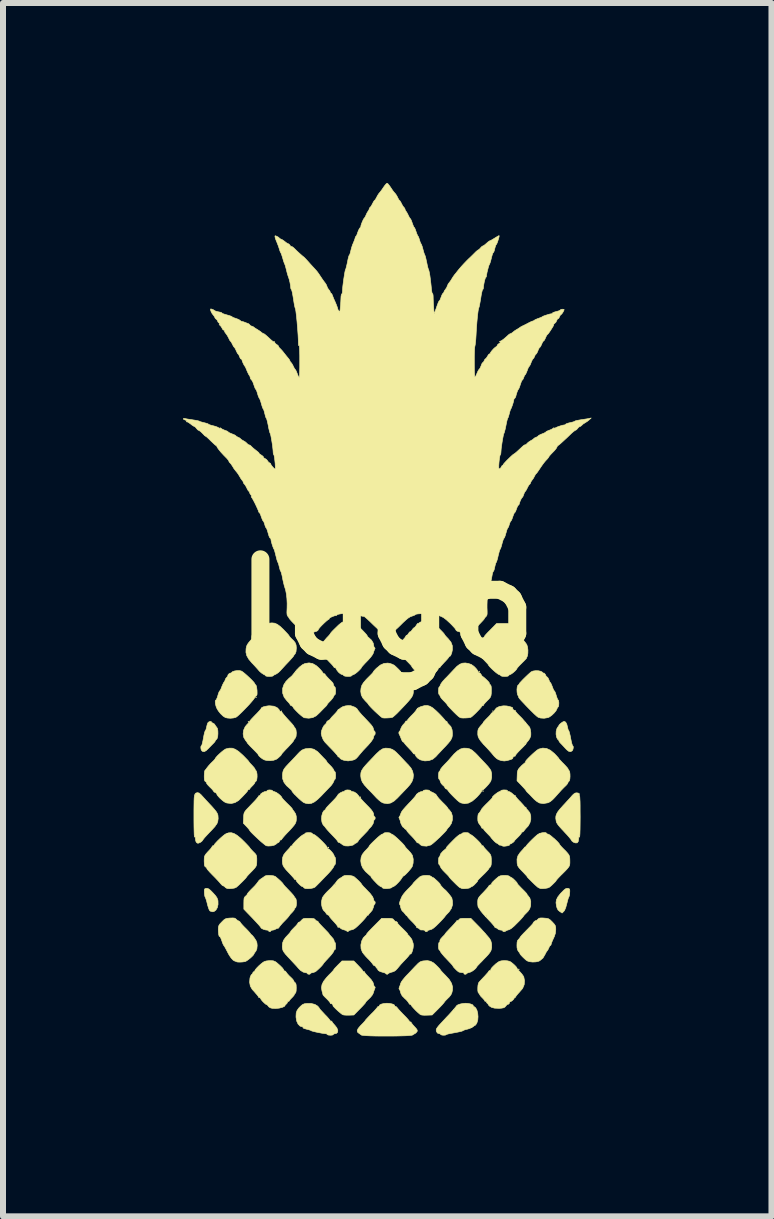
<source format=kicad_pcb>
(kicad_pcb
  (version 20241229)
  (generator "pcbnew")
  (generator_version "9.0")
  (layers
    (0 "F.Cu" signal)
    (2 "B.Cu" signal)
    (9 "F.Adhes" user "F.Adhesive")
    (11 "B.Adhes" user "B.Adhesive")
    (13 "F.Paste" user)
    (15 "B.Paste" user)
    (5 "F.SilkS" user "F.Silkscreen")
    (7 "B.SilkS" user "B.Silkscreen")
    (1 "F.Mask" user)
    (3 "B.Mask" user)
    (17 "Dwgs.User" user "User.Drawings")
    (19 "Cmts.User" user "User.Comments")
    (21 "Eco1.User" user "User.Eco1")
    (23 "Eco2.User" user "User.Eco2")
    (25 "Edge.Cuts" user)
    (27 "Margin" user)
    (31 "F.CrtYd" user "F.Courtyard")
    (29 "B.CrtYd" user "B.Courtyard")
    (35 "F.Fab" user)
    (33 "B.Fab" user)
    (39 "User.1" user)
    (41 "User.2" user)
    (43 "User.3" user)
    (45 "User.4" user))
  (footprint "logo"
    (layer "F.Cu")
    (at 3.396 7.109)
    (property "Reference" "logo" (at 0 0 0) (layer "F.SilkS") (effects (font (size 1.524 1.524) (thickness 0.3))))
    (attr through_hole)
    (fp_poly (pts (xy -2.299 1.873) (xy -2.305 1.88) (xy -2.311 1.873) (xy -2.305 1.867) (xy -2.299 1.873)) (stroke (width 0.01) (type solid)) (fill yes) (layer "F.SilkS"))
    (fp_poly (pts (xy -2.172 1.467) (xy -2.178 1.473) (xy -2.184 1.467) (xy -2.178 1.46) (xy -2.172 1.467)) (stroke (width 0.01) (type solid)) (fill yes) (layer "F.SilkS"))
    (fp_poly (pts (xy -0.965 3.969) (xy -0.972 3.975) (xy -0.978 3.969) (xy -0.972 3.962) (xy -0.965 3.969)) (stroke (width 0.01) (type solid)) (fill yes) (layer "F.SilkS"))
    (fp_poly (pts (xy -0.432 3.131) (xy -0.438 3.137) (xy -0.445 3.131) (xy -0.438 3.124) (xy -0.432 3.131)) (stroke (width 0.01) (type solid)) (fill yes) (layer "F.SilkS"))
    (fp_poly (pts (xy 1.549 1.035) (xy 1.543 1.041) (xy 1.537 1.035) (xy 1.543 1.029) (xy 1.549 1.035)) (stroke (width 0.01) (type solid)) (fill yes) (layer "F.SilkS"))
    (fp_poly (pts (xy 1.613 3.029) (xy 1.607 3.035) (xy 1.6 3.029) (xy 1.607 3.023) (xy 1.613 3.029)) (stroke (width 0.01) (type solid)) (fill yes) (layer "F.SilkS"))
    (fp_poly (pts (xy 1.778 1.695) (xy 1.772 1.702) (xy 1.765 1.695) (xy 1.772 1.689) (xy 1.778 1.695)) (stroke (width 0.01) (type solid)) (fill yes) (layer "F.SilkS"))
    (fp_poly (pts (xy 2.21 6.001) (xy 2.203 6.007) (xy 2.197 6.001) (xy 2.203 5.994) (xy 2.21 6.001)) (stroke (width 0.01) (type solid)) (fill yes) (layer "F.SilkS"))
    (fp_poly (pts (xy 3.04 4.655) (xy 3.05 4.666) (xy 3.053 4.691) (xy 3.052 4.715) (xy 3.049 4.755) (xy 3.042 4.784) (xy 3.038 4.792) (xy 3.029 4.811) (xy 3.018 4.848) (xy 3.006 4.895) (xy 3.003 4.906) (xy 2.985 4.973) (xy 2.965 5.019) (xy 2.953 5.034) (xy 2.925 5.062) (xy 2.885 5.036) (xy 2.857 5.012) (xy 2.84 4.978) (xy 2.831 4.945) (xy 2.823 4.89) (xy 2.83 4.841) (xy 2.854 4.793) (xy 2.896 4.739) (xy 2.915 4.719) (xy 2.953 4.681) (xy 2.98 4.659) (xy 3.002 4.651) (xy 3.019 4.65) (xy 3.04 4.655)) (stroke (width 0.01) (type solid)) (fill yes) (layer "F.SilkS"))
    (fp_poly (pts (xy -2.985 4.652) (xy -2.963 4.662) (xy -2.935 4.685) (xy -2.896 4.725) (xy -2.895 4.726) (xy -2.855 4.77) (xy -2.83 4.806) (xy -2.817 4.837) (xy -2.812 4.859) (xy -2.811 4.919) (xy -2.823 4.972) (xy -2.847 5.013) (xy -2.879 5.037) (xy -2.902 5.041) (xy -2.933 5.033) (xy -2.947 5.026) (xy -2.959 5.007) (xy -2.973 4.97) (xy -2.987 4.922) (xy -2.99 4.909) (xy -3.002 4.861) (xy -3.014 4.823) (xy -3.023 4.802) (xy -3.024 4.8) (xy -3.031 4.784) (xy -3.037 4.751) (xy -3.039 4.724) (xy -3.04 4.684) (xy -3.036 4.663) (xy -3.025 4.654) (xy -3.006 4.65) (xy -2.985 4.652)) (stroke (width 0.01) (type solid)) (fill yes) (layer "F.SilkS"))
    (fp_poly (pts (xy 2.984 1.879) (xy 3.003 1.915) (xy 3.016 1.966) (xy 3.023 1.999) (xy 3.031 2.017) (xy 3.034 2.019) (xy 3.04 2.031) (xy 3.049 2.062) (xy 3.06 2.108) (xy 3.067 2.146) (xy 3.078 2.199) (xy 3.088 2.241) (xy 3.097 2.267) (xy 3.101 2.273) (xy 3.11 2.284) (xy 3.111 2.308) (xy 3.105 2.335) (xy 3.094 2.357) (xy 3.093 2.357) (xy 3.067 2.372) (xy 3.037 2.367) (xy 3.002 2.34) (xy 2.978 2.315) (xy 2.945 2.279) (xy 2.914 2.246) (xy 2.899 2.231) (xy 2.878 2.207) (xy 2.87 2.188) (xy 2.863 2.173) (xy 2.858 2.172) (xy 2.847 2.161) (xy 2.835 2.134) (xy 2.832 2.127) (xy 2.824 2.081) (xy 2.826 2.031) (xy 2.838 1.987) (xy 2.852 1.963) (xy 2.867 1.944) (xy 2.87 1.936) (xy 2.88 1.92) (xy 2.903 1.899) (xy 2.931 1.879) (xy 2.954 1.868) (xy 2.959 1.867) (xy 2.984 1.879)) (stroke (width 0.01) (type solid)) (fill yes) (layer "F.SilkS"))
    (fp_poly (pts (xy -2.924 1.871) (xy -2.921 1.878) (xy -2.91 1.89) (xy -2.896 1.896) (xy -2.87 1.912) (xy -2.862 1.926) (xy -2.844 1.953) (xy -2.834 1.964) (xy -2.821 1.986) (xy -2.814 2.025) (xy -2.813 2.071) (xy -2.816 2.115) (xy -2.825 2.15) (xy -2.835 2.165) (xy -2.853 2.183) (xy -2.857 2.193) (xy -2.866 2.209) (xy -2.886 2.231) (xy -2.91 2.255) (xy -2.943 2.289) (xy -2.969 2.316) (xy -3.01 2.355) (xy -3.042 2.372) (xy -3.068 2.368) (xy -3.083 2.356) (xy -3.094 2.334) (xy -3.098 2.306) (xy -3.096 2.282) (xy -3.088 2.273) (xy -3.081 2.262) (xy -3.072 2.23) (xy -3.062 2.184) (xy -3.055 2.146) (xy -3.045 2.093) (xy -3.035 2.051) (xy -3.026 2.025) (xy -3.022 2.019) (xy -3.014 2.008) (xy -3.006 1.98) (xy -3.003 1.966) (xy -2.994 1.927) (xy -2.983 1.895) (xy -2.98 1.89) (xy -2.962 1.874) (xy -2.94 1.867) (xy -2.924 1.871)) (stroke (width 0.01) (type solid)) (fill yes) (layer "F.SilkS"))
    (fp_poly (pts (xy 3.193 3.062) (xy 3.211 3.072) (xy 3.215 3.083) (xy 3.21 3.088) (xy 3.201 3.097) (xy 3.21 3.099) (xy 3.215 3.104) (xy 3.219 3.122) (xy 3.221 3.155) (xy 3.224 3.205) (xy 3.225 3.273) (xy 3.225 3.363) (xy 3.226 3.458) (xy 3.225 3.574) (xy 3.224 3.667) (xy 3.222 3.735) (xy 3.219 3.779) (xy 3.215 3.797) (xy 3.213 3.797) (xy 3.205 3.79) (xy 3.201 3.805) (xy 3.201 3.823) (xy 3.194 3.869) (xy 3.176 3.892) (xy 3.145 3.893) (xy 3.115 3.882) (xy 3.09 3.863) (xy 3.08 3.848) (xy 3.069 3.831) (xy 3.044 3.8) (xy 3.01 3.761) (xy 2.981 3.73) (xy 2.927 3.672) (xy 2.887 3.628) (xy 2.86 3.596) (xy 2.843 3.571) (xy 2.832 3.551) (xy 2.826 3.531) (xy 2.825 3.523) (xy 2.819 3.482) (xy 2.821 3.447) (xy 2.832 3.412) (xy 2.854 3.373) (xy 2.89 3.327) (xy 2.941 3.27) (xy 2.972 3.237) (xy 3.012 3.193) (xy 3.05 3.152) (xy 3.078 3.12) (xy 3.086 3.11) (xy 3.113 3.082) (xy 3.14 3.063) (xy 3.143 3.062) (xy 3.167 3.058) (xy 3.193 3.062)) (stroke (width 0.01) (type solid)) (fill yes) (layer "F.SilkS"))
    (fp_poly (pts (xy 0.033 2.316) (xy 0.063 2.323) (xy 0.094 2.334) (xy 0.125 2.353) (xy 0.16 2.383) (xy 0.205 2.428) (xy 0.213 2.436) (xy 0.258 2.484) (xy 0.304 2.533) (xy 0.343 2.574) (xy 0.359 2.59) (xy 0.406 2.646) (xy 0.433 2.698) (xy 0.444 2.751) (xy 0.445 2.768) (xy 0.44 2.82) (xy 0.423 2.868) (xy 0.392 2.917) (xy 0.343 2.974) (xy 0.331 2.986) (xy 0.285 3.034) (xy 0.235 3.086) (xy 0.193 3.13) (xy 0.184 3.14) (xy 0.124 3.195) (xy 0.069 3.227) (xy 0.013 3.239) (xy -0.047 3.23) (xy -0.069 3.223) (xy -0.096 3.207) (xy -0.132 3.178) (xy -0.17 3.142) (xy -0.171 3.141) (xy -0.211 3.098) (xy -0.259 3.047) (xy -0.308 2.997) (xy -0.319 2.986) (xy -0.371 2.928) (xy -0.406 2.878) (xy -0.425 2.83) (xy -0.432 2.779) (xy -0.432 2.768) (xy -0.431 2.742) (xy -0.428 2.718) (xy -0.421 2.695) (xy -0.407 2.67) (xy -0.386 2.639) (xy -0.354 2.601) (xy -0.311 2.554) (xy -0.253 2.493) (xy -0.181 2.417) (xy -0.17 2.406) (xy -0.116 2.356) (xy -0.068 2.325) (xy -0.02 2.313) (xy 0.033 2.316)) (stroke (width 0.01) (type solid)) (fill yes) (layer "F.SilkS"))
    (fp_poly (pts (xy -3.126 3.062) (xy -3.092 3.092) (xy -3.085 3.1) (xy -3.056 3.132) (xy -3.017 3.175) (xy -2.974 3.221) (xy -2.959 3.237) (xy -2.905 3.295) (xy -2.867 3.339) (xy -2.841 3.372) (xy -2.825 3.399) (xy -2.815 3.422) (xy -2.812 3.438) (xy -2.809 3.488) (xy -2.816 3.538) (xy -2.831 3.576) (xy -2.839 3.586) (xy -2.854 3.605) (xy -2.857 3.612) (xy -2.866 3.624) (xy -2.889 3.649) (xy -2.922 3.685) (xy -2.959 3.723) (xy -3 3.767) (xy -3.035 3.805) (xy -3.058 3.834) (xy -3.067 3.848) (xy -3.083 3.868) (xy -3.111 3.887) (xy -3.141 3.898) (xy -3.148 3.899) (xy -3.164 3.891) (xy -3.172 3.884) (xy -3.183 3.861) (xy -3.188 3.827) (xy -3.188 3.823) (xy -3.19 3.796) (xy -3.195 3.791) (xy -3.2 3.797) (xy -3.204 3.791) (xy -3.208 3.76) (xy -3.21 3.705) (xy -3.212 3.624) (xy -3.213 3.52) (xy -3.213 3.453) (xy -3.213 3.344) (xy -3.212 3.257) (xy -3.211 3.191) (xy -3.209 3.142) (xy -3.204 3.107) (xy -3.2 3.092) (xy -3.2 3.092) (xy -3.194 3.099) (xy -3.188 3.092) (xy -3.194 3.086) (xy -3.2 3.092) (xy -3.2 3.092) (xy -3.198 3.084) (xy -3.189 3.069) (xy -3.177 3.061) (xy -3.162 3.057) (xy -3.153 3.055) (xy -3.126 3.062)) (stroke (width 0.01) (type solid)) (fill yes) (layer "F.SilkS"))
    (fp_poly (pts (xy -1.258 6.57) (xy -1.197 6.585) (xy -1.151 6.613) (xy -1.14 6.625) (xy -1.123 6.647) (xy -1.116 6.66) (xy -1.107 6.671) (xy -1.085 6.695) (xy -1.052 6.73) (xy -1.028 6.756) (xy -0.99 6.795) (xy -0.961 6.829) (xy -0.943 6.852) (xy -0.94 6.859) (xy -0.932 6.866) (xy -0.927 6.864) (xy -0.915 6.864) (xy -0.914 6.868) (xy -0.906 6.883) (xy -0.885 6.91) (xy -0.864 6.933) (xy -0.831 6.975) (xy -0.815 7.015) (xy -0.817 7.047) (xy -0.837 7.068) (xy -0.866 7.074) (xy -0.885 7.08) (xy -0.889 7.087) (xy -0.9 7.095) (xy -0.928 7.099) (xy -0.94 7.099) (xy -0.972 7.096) (xy -0.989 7.089) (xy -0.991 7.087) (xy -1.001 7.076) (xy -1.016 7.074) (xy -1.042 7.071) (xy -1.083 7.065) (xy -1.13 7.056) (xy -1.179 7.046) (xy -1.22 7.036) (xy -1.249 7.028) (xy -1.257 7.024) (xy -1.272 7.016) (xy -1.304 7.006) (xy -1.337 6.998) (xy -1.378 6.986) (xy -1.396 6.976) (xy -1.394 6.97) (xy -1.388 6.962) (xy -1.403 6.96) (xy -1.444 6.947) (xy -1.477 6.913) (xy -1.5 6.863) (xy -1.511 6.799) (xy -1.511 6.78) (xy -1.508 6.728) (xy -1.494 6.687) (xy -1.466 6.647) (xy -1.438 6.618) (xy -1.406 6.59) (xy -1.373 6.575) (xy -1.328 6.569) (xy -1.258 6.57)) (stroke (width 0.01) (type solid)) (fill yes) (layer "F.SilkS"))
    (fp_poly (pts (xy 0.732 5.866) (xy 0.782 5.893) (xy 0.828 5.934) (xy 0.861 5.967) (xy 0.885 5.993) (xy 0.895 6.008) (xy 0.895 6.009) (xy 0.904 6.021) (xy 0.927 6.047) (xy 0.96 6.081) (xy 0.98 6.101) (xy 1.043 6.17) (xy 1.082 6.234) (xy 1.099 6.295) (xy 1.097 6.348) (xy 1.087 6.391) (xy 1.072 6.424) (xy 1.046 6.458) (xy 1.012 6.492) (xy 0.983 6.521) (xy 0.964 6.543) (xy 0.959 6.552) (xy 0.95 6.563) (xy 0.928 6.589) (xy 0.894 6.625) (xy 0.859 6.661) (xy 0.758 6.762) (xy 0.675 6.765) (xy 0.628 6.766) (xy 0.59 6.763) (xy 0.57 6.759) (xy 0.549 6.745) (xy 0.518 6.718) (xy 0.483 6.685) (xy 0.45 6.65) (xy 0.423 6.62) (xy 0.408 6.599) (xy 0.406 6.594) (xy 0.399 6.583) (xy 0.394 6.585) (xy 0.38 6.581) (xy 0.369 6.563) (xy 0.353 6.539) (xy 0.325 6.507) (xy 0.299 6.484) (xy 0.258 6.442) (xy 0.237 6.402) (xy 0.233 6.389) (xy 0.224 6.356) (xy 0.213 6.336) (xy 0.211 6.335) (xy 0.205 6.319) (xy 0.212 6.297) (xy 0.226 6.261) (xy 0.234 6.233) (xy 0.246 6.208) (xy 0.272 6.172) (xy 0.306 6.131) (xy 0.323 6.112) (xy 0.372 6.061) (xy 0.425 6.005) (xy 0.473 5.954) (xy 0.48 5.947) (xy 0.519 5.907) (xy 0.548 5.882) (xy 0.575 5.868) (xy 0.605 5.861) (xy 0.613 5.86) (xy 0.679 5.855) (xy 0.732 5.866)) (stroke (width 0.01) (type solid)) (fill yes) (layer "F.SilkS"))
    (fp_poly (pts (xy 1.339 2.315) (xy 1.383 2.325) (xy 1.424 2.347) (xy 1.475 2.391) (xy 1.505 2.421) (xy 1.551 2.471) (xy 1.603 2.526) (xy 1.648 2.573) (xy 1.651 2.577) (xy 1.687 2.616) (xy 1.717 2.654) (xy 1.735 2.682) (xy 1.737 2.684) (xy 1.75 2.737) (xy 1.751 2.799) (xy 1.738 2.857) (xy 1.724 2.882) (xy 1.699 2.915) (xy 1.668 2.95) (xy 1.637 2.982) (xy 1.612 3.004) (xy 1.598 3.01) (xy 1.587 3.02) (xy 1.582 3.034) (xy 1.57 3.053) (xy 1.544 3.085) (xy 1.51 3.123) (xy 1.499 3.134) (xy 1.43 3.194) (xy 1.364 3.229) (xy 1.298 3.239) (xy 1.233 3.225) (xy 1.233 3.224) (xy 1.21 3.21) (xy 1.175 3.181) (xy 1.135 3.143) (xy 1.094 3.102) (xy 1.057 3.063) (xy 1.031 3.031) (xy 1.021 3.017) (xy 1.005 2.998) (xy 0.994 2.994) (xy 0.979 2.986) (xy 0.972 2.973) (xy 0.956 2.948) (xy 0.934 2.929) (xy 0.909 2.902) (xy 0.895 2.871) (xy 0.886 2.844) (xy 0.876 2.832) (xy 0.875 2.832) (xy 0.868 2.821) (xy 0.864 2.794) (xy 0.864 2.76) (xy 0.867 2.727) (xy 0.873 2.706) (xy 0.877 2.703) (xy 0.89 2.688) (xy 0.894 2.676) (xy 0.904 2.656) (xy 0.928 2.626) (xy 0.96 2.591) (xy 0.999 2.551) (xy 1.037 2.51) (xy 1.06 2.483) (xy 1.124 2.41) (xy 1.18 2.359) (xy 1.232 2.327) (xy 1.284 2.313) (xy 1.339 2.315)) (stroke (width 0.01) (type solid)) (fill yes) (layer "F.SilkS"))
    (fp_poly (pts (xy -2.536 5.147) (xy -2.517 5.157) (xy -2.507 5.167) (xy -2.484 5.187) (xy -2.467 5.194) (xy -2.448 5.205) (xy -2.443 5.214) (xy -2.431 5.231) (xy -2.405 5.261) (xy -2.37 5.298) (xy -2.351 5.316) (xy -2.314 5.354) (xy -2.286 5.385) (xy -2.269 5.406) (xy -2.267 5.411) (xy -2.26 5.42) (xy -2.258 5.42) (xy -2.247 5.428) (xy -2.226 5.451) (xy -2.204 5.48) (xy -2.177 5.522) (xy -2.163 5.558) (xy -2.159 5.599) (xy -2.159 5.608) (xy -2.164 5.66) (xy -2.179 5.695) (xy -2.184 5.702) (xy -2.202 5.726) (xy -2.21 5.741) (xy -2.219 5.759) (xy -2.244 5.786) (xy -2.277 5.816) (xy -2.313 5.844) (xy -2.345 5.865) (xy -2.364 5.872) (xy -2.404 5.878) (xy -2.446 5.88) (xy -2.483 5.879) (xy -2.504 5.874) (xy -2.505 5.873) (xy -2.523 5.865) (xy -2.532 5.863) (xy -2.559 5.848) (xy -2.592 5.813) (xy -2.626 5.763) (xy -2.642 5.734) (xy -2.672 5.676) (xy -2.693 5.637) (xy -2.707 5.613) (xy -2.716 5.602) (xy -2.717 5.601) (xy -2.725 5.586) (xy -2.738 5.555) (xy -2.749 5.522) (xy -2.763 5.485) (xy -2.775 5.461) (xy -2.782 5.455) (xy -2.792 5.45) (xy -2.8 5.423) (xy -2.805 5.38) (xy -2.807 5.337) (xy -2.805 5.299) (xy -2.798 5.272) (xy -2.781 5.245) (xy -2.749 5.211) (xy -2.716 5.178) (xy -2.69 5.16) (xy -2.661 5.151) (xy -2.619 5.146) (xy -2.611 5.146) (xy -2.564 5.144) (xy -2.536 5.147)) (stroke (width 0.01) (type solid)) (fill yes) (layer "F.SilkS"))
    (fp_poly (pts (xy 2.623 5.146) (xy 2.669 5.15) (xy 2.699 5.158) (xy 2.725 5.175) (xy 2.756 5.205) (xy 2.762 5.211) (xy 2.793 5.245) (xy 2.811 5.272) (xy 2.818 5.3) (xy 2.819 5.338) (xy 2.819 5.339) (xy 2.814 5.396) (xy 2.795 5.454) (xy 2.781 5.484) (xy 2.762 5.526) (xy 2.748 5.561) (xy 2.743 5.581) (xy 2.737 5.598) (xy 2.732 5.601) (xy 2.72 5.611) (xy 2.706 5.637) (xy 2.704 5.642) (xy 2.689 5.674) (xy 2.674 5.695) (xy 2.673 5.696) (xy 2.659 5.716) (xy 2.643 5.747) (xy 2.641 5.752) (xy 2.605 5.813) (xy 2.552 5.857) (xy 2.536 5.865) (xy 2.49 5.876) (xy 2.434 5.879) (xy 2.381 5.873) (xy 2.348 5.862) (xy 2.323 5.846) (xy 2.293 5.819) (xy 2.262 5.789) (xy 2.237 5.762) (xy 2.223 5.743) (xy 2.223 5.74) (xy 2.215 5.725) (xy 2.197 5.702) (xy 2.181 5.675) (xy 2.173 5.637) (xy 2.172 5.599) (xy 2.174 5.552) (xy 2.181 5.522) (xy 2.197 5.503) (xy 2.197 5.503) (xy 2.216 5.482) (xy 2.223 5.47) (xy 2.231 5.457) (xy 2.254 5.43) (xy 2.289 5.393) (xy 2.331 5.35) (xy 2.335 5.346) (xy 2.377 5.303) (xy 2.411 5.268) (xy 2.433 5.243) (xy 2.441 5.233) (xy 2.441 5.232) (xy 2.443 5.224) (xy 2.457 5.207) (xy 2.477 5.191) (xy 2.489 5.188) (xy 2.502 5.183) (xy 2.52 5.167) (xy 2.536 5.152) (xy 2.557 5.145) (xy 2.591 5.144) (xy 2.623 5.146)) (stroke (width 0.01) (type solid)) (fill yes) (layer "F.SilkS"))
    (fp_poly (pts (xy -2.451 1.021) (xy -2.424 1.027) (xy -2.402 1.04) (xy -2.369 1.066) (xy -2.33 1.1) (xy -2.289 1.138) (xy -2.25 1.176) (xy -2.219 1.209) (xy -2.201 1.232) (xy -2.197 1.241) (xy -2.187 1.258) (xy -2.182 1.26) (xy -2.173 1.275) (xy -2.166 1.31) (xy -2.161 1.35) (xy -2.16 1.397) (xy -2.162 1.425) (xy -2.17 1.439) (xy -2.177 1.443) (xy -2.194 1.457) (xy -2.197 1.465) (xy -2.206 1.482) (xy -2.229 1.513) (xy -2.264 1.554) (xy -2.306 1.601) (xy -2.353 1.65) (xy -2.4 1.698) (xy -2.444 1.741) (xy -2.481 1.775) (xy -2.508 1.796) (xy -2.514 1.799) (xy -2.553 1.81) (xy -2.605 1.815) (xy -2.656 1.811) (xy -2.689 1.803) (xy -2.727 1.779) (xy -2.769 1.739) (xy -2.807 1.691) (xy -2.831 1.65) (xy -2.846 1.611) (xy -2.855 1.571) (xy -2.858 1.537) (xy -2.853 1.515) (xy -2.846 1.511) (xy -2.838 1.5) (xy -2.825 1.471) (xy -2.814 1.435) (xy -2.802 1.395) (xy -2.79 1.368) (xy -2.783 1.359) (xy -2.774 1.348) (xy -2.76 1.32) (xy -2.75 1.292) (xy -2.733 1.252) (xy -2.717 1.22) (xy -2.709 1.209) (xy -2.695 1.185) (xy -2.692 1.174) (xy -2.684 1.154) (xy -2.665 1.131) (xy -2.648 1.113) (xy -2.647 1.105) (xy -2.648 1.105) (xy -2.648 1.097) (xy -2.636 1.08) (xy -2.615 1.064) (xy -2.602 1.062) (xy -2.588 1.058) (xy -2.583 1.05) (xy -2.566 1.036) (xy -2.533 1.026) (xy -2.491 1.02) (xy -2.451 1.021)) (stroke (width 0.01) (type solid)) (fill yes) (layer "F.SilkS"))
    (fp_poly (pts (xy 0.051 0.9) (xy 0.092 0.914) (xy 0.126 0.931) (xy 0.131 0.935) (xy 0.163 0.964) (xy 0.194 0.994) (xy 0.219 1.02) (xy 0.233 1.037) (xy 0.234 1.041) (xy 0.234 1.049) (xy 0.247 1.067) (xy 0.268 1.083) (xy 0.281 1.085) (xy 0.291 1.088) (xy 0.292 1.094) (xy 0.301 1.11) (xy 0.323 1.137) (xy 0.353 1.168) (xy 0.405 1.226) (xy 0.434 1.285) (xy 0.444 1.352) (xy 0.445 1.359) (xy 0.444 1.387) (xy 0.44 1.412) (xy 0.432 1.436) (xy 0.417 1.463) (xy 0.394 1.495) (xy 0.359 1.536) (xy 0.313 1.587) (xy 0.251 1.652) (xy 0.213 1.692) (xy 0.171 1.735) (xy 0.134 1.769) (xy 0.106 1.793) (xy 0.092 1.801) (xy 0.055 1.807) (xy 0.008 1.81) (xy -0.036 1.811) (xy -0.068 1.808) (xy -0.07 1.807) (xy -0.086 1.797) (xy -0.115 1.773) (xy -0.152 1.74) (xy -0.193 1.702) (xy -0.233 1.663) (xy -0.268 1.627) (xy -0.293 1.599) (xy -0.305 1.583) (xy -0.305 1.582) (xy -0.313 1.57) (xy -0.335 1.546) (xy -0.355 1.526) (xy -0.399 1.475) (xy -0.424 1.425) (xy -0.432 1.367) (xy -0.432 1.36) (xy -0.427 1.31) (xy -0.413 1.264) (xy -0.384 1.218) (xy -0.339 1.166) (xy -0.307 1.134) (xy -0.269 1.096) (xy -0.24 1.066) (xy -0.224 1.046) (xy -0.222 1.041) (xy -0.218 1.033) (xy -0.2 1.012) (xy -0.171 0.982) (xy -0.167 0.979) (xy -0.105 0.928) (xy -0.045 0.901) (xy 0.017 0.895) (xy 0.051 0.9)) (stroke (width 0.01) (type solid)) (fill yes) (layer "F.SilkS"))
    (fp_poly (pts (xy -1.867 0.23) (xy -1.823 0.249) (xy -1.775 0.284) (xy -1.72 0.336) (xy -1.681 0.377) (xy -1.65 0.41) (xy -1.63 0.434) (xy -1.626 0.442) (xy -1.617 0.456) (xy -1.596 0.479) (xy -1.591 0.484) (xy -1.548 0.525) (xy -1.523 0.559) (xy -1.51 0.594) (xy -1.506 0.636) (xy -1.506 0.65) (xy -1.511 0.705) (xy -1.524 0.738) (xy -1.528 0.743) (xy -1.545 0.763) (xy -1.549 0.773) (xy -1.558 0.786) (xy -1.58 0.812) (xy -1.613 0.849) (xy -1.641 0.879) (xy -1.685 0.925) (xy -1.726 0.97) (xy -1.759 1.006) (xy -1.772 1.021) (xy -1.805 1.053) (xy -1.841 1.077) (xy -1.851 1.082) (xy -1.879 1.095) (xy -1.892 1.106) (xy -1.892 1.107) (xy -1.904 1.113) (xy -1.933 1.117) (xy -1.956 1.118) (xy -1.992 1.116) (xy -2.015 1.11) (xy -2.019 1.106) (xy -2.03 1.094) (xy -2.055 1.081) (xy -2.086 1.061) (xy -2.119 1.032) (xy -2.128 1.022) (xy -2.154 0.992) (xy -2.191 0.951) (xy -2.232 0.907) (xy -2.245 0.894) (xy -2.299 0.83) (xy -2.332 0.772) (xy -2.346 0.716) (xy -2.344 0.657) (xy -2.339 0.63) (xy -2.332 0.606) (xy -2.32 0.582) (xy -2.301 0.555) (xy -2.271 0.519) (xy -2.229 0.472) (xy -2.19 0.429) (xy -2.17 0.404) (xy -2.159 0.387) (xy -2.159 0.385) (xy -2.15 0.372) (xy -2.128 0.346) (xy -2.096 0.313) (xy -2.09 0.308) (xy -2.046 0.268) (xy -2.009 0.244) (xy -1.971 0.232) (xy -1.967 0.231) (xy -1.913 0.225) (xy -1.867 0.23)) (stroke (width 0.01) (type solid)) (fill yes) (layer "F.SilkS"))
    (fp_poly (pts (xy 0.049 6.569) (xy 0.089 6.577) (xy 0.119 6.588) (xy 0.133 6.6) (xy 0.133 6.605) (xy 0.136 6.615) (xy 0.144 6.617) (xy 0.164 6.626) (xy 0.182 6.648) (xy 0.2 6.67) (xy 0.231 6.704) (xy 0.27 6.745) (xy 0.292 6.767) (xy 0.33 6.806) (xy 0.36 6.84) (xy 0.378 6.863) (xy 0.381 6.87) (xy 0.389 6.879) (xy 0.394 6.877) (xy 0.405 6.878) (xy 0.406 6.882) (xy 0.415 6.898) (xy 0.436 6.925) (xy 0.463 6.955) (xy 0.494 6.989) (xy 0.509 7.012) (xy 0.51 7.029) (xy 0.507 7.038) (xy 0.486 7.062) (xy 0.472 7.071) (xy 0.444 7.087) (xy 0.434 7.095) (xy 0.417 7.1) (xy 0.378 7.104) (xy 0.321 7.108) (xy 0.25 7.11) (xy 0.168 7.112) (xy 0.08 7.113) (xy -0.012 7.113) (xy -0.102 7.113) (xy -0.188 7.112) (xy -0.266 7.11) (xy -0.333 7.107) (xy -0.383 7.103) (xy -0.414 7.099) (xy -0.422 7.096) (xy -0.448 7.077) (xy -0.464 7.066) (xy -0.487 7.046) (xy -0.491 7.02) (xy -0.475 6.986) (xy -0.438 6.942) (xy -0.426 6.93) (xy -0.393 6.896) (xy -0.368 6.869) (xy -0.356 6.853) (xy -0.356 6.852) (xy -0.347 6.84) (xy -0.324 6.815) (xy -0.29 6.779) (xy -0.254 6.742) (xy -0.213 6.701) (xy -0.181 6.665) (xy -0.159 6.639) (xy -0.152 6.628) (xy -0.143 6.62) (xy -0.137 6.62) (xy -0.124 6.614) (xy -0.123 6.608) (xy -0.115 6.594) (xy -0.087 6.58) (xy -0.046 6.57) (xy 0.000085 6.566) (xy 0.006 6.566) (xy 0.049 6.569)) (stroke (width 0.01) (type solid)) (fill yes) (layer "F.SilkS"))
    (fp_poly (pts (xy 1.356 6.569) (xy 1.396 6.577) (xy 1.426 6.588) (xy 1.442 6.599) (xy 1.441 6.604) (xy 1.446 6.616) (xy 1.458 6.622) (xy 1.484 6.643) (xy 1.505 6.682) (xy 1.518 6.733) (xy 1.523 6.789) (xy 1.519 6.844) (xy 1.505 6.892) (xy 1.504 6.894) (xy 1.488 6.921) (xy 1.476 6.934) (xy 1.475 6.934) (xy 1.459 6.942) (xy 1.44 6.958) (xy 1.413 6.974) (xy 1.373 6.99) (xy 1.346 6.998) (xy 1.306 7.008) (xy 1.278 7.019) (xy 1.269 7.025) (xy 1.255 7.031) (xy 1.22 7.04) (xy 1.172 7.05) (xy 1.13 7.058) (xy 1.075 7.068) (xy 1.03 7.077) (xy 1.001 7.085) (xy 0.993 7.09) (xy 0.979 7.097) (xy 0.952 7.099) (xy 0.924 7.097) (xy 0.905 7.091) (xy 0.902 7.087) (xy 0.891 7.076) (xy 0.879 7.074) (xy 0.846 7.063) (xy 0.828 7.034) (xy 0.826 7.014) (xy 0.827 7.001) (xy 0.834 6.985) (xy 0.848 6.966) (xy 1.397 6.966) (xy 1.403 6.972) (xy 1.41 6.966) (xy 1.403 6.96) (xy 1.397 6.966) (xy 0.848 6.966) (xy 0.849 6.964) (xy 0.872 6.935) (xy 0.908 6.896) (xy 0.958 6.842) (xy 0.997 6.8) (xy 1.042 6.753) (xy 1.086 6.704) (xy 1.112 6.674) (xy 1.118 6.674) (xy 1.124 6.68) (xy 1.13 6.674) (xy 1.124 6.668) (xy 1.118 6.674) (xy 1.112 6.674) (xy 1.125 6.659) (xy 1.154 6.624) (xy 1.168 6.605) (xy 1.188 6.592) (xy 1.225 6.579) (xy 1.27 6.57) (xy 1.314 6.566) (xy 1.314 6.566) (xy 1.356 6.569)) (stroke (width 0.01) (type solid)) (fill yes) (layer "F.SilkS"))
    (fp_poly (pts (xy -0.471 5.94) (xy -0.436 5.977) (xy -0.409 6.008) (xy -0.395 6.029) (xy -0.394 6.033) (xy -0.386 6.041) (xy -0.381 6.039) (xy -0.369 6.04) (xy -0.368 6.045) (xy -0.36 6.061) (xy -0.338 6.088) (xy -0.308 6.119) (xy -0.258 6.173) (xy -0.228 6.218) (xy -0.216 6.255) (xy -0.216 6.261) (xy -0.208 6.284) (xy -0.2 6.29) (xy -0.191 6.299) (xy -0.197 6.32) (xy -0.199 6.326) (xy -0.213 6.362) (xy -0.222 6.394) (xy -0.238 6.427) (xy -0.27 6.467) (xy -0.296 6.493) (xy -0.327 6.522) (xy -0.347 6.544) (xy -0.352 6.553) (xy -0.351 6.553) (xy -0.356 6.562) (xy -0.375 6.584) (xy -0.406 6.618) (xy -0.444 6.657) (xy -0.547 6.762) (xy -0.626 6.765) (xy -0.673 6.765) (xy -0.712 6.762) (xy -0.732 6.757) (xy -0.751 6.745) (xy -0.779 6.722) (xy -0.812 6.694) (xy -0.845 6.663) (xy -0.873 6.635) (xy -0.892 6.614) (xy -0.897 6.604) (xy -0.896 6.604) (xy -0.894 6.596) (xy -0.902 6.585) (xy -0.919 6.573) (xy -0.929 6.573) (xy -0.939 6.57) (xy -0.94 6.564) (xy -0.948 6.548) (xy -0.971 6.521) (xy -1 6.491) (xy -1.031 6.461) (xy -1.053 6.437) (xy -1.061 6.427) (xy -1.065 6.411) (xy -1.073 6.381) (xy -1.078 6.364) (xy -1.087 6.308) (xy -1.078 6.254) (xy -1.051 6.199) (xy -1.003 6.138) (xy -0.964 6.096) (xy -0.927 6.059) (xy -0.899 6.029) (xy -0.884 6.011) (xy -0.882 6.007) (xy -0.878 5.999) (xy -0.859 5.977) (xy -0.829 5.946) (xy -0.818 5.934) (xy -0.745 5.861) (xy -0.548 5.861) (xy -0.471 5.94)) (stroke (width 0.01) (type solid)) (fill yes) (layer "F.SilkS"))
    (fp_poly (pts (xy 2.1 0.305) (xy 2.134 0.339) (xy 2.159 0.367) (xy 2.171 0.383) (xy 2.172 0.385) (xy 2.179 0.4) (xy 2.199 0.425) (xy 2.203 0.429) (xy 2.232 0.461) (xy 2.265 0.498) (xy 2.276 0.509) (xy 2.306 0.545) (xy 2.331 0.58) (xy 2.337 0.59) (xy 2.349 0.629) (xy 2.355 0.68) (xy 2.354 0.732) (xy 2.347 0.774) (xy 2.344 0.781) (xy 2.334 0.804) (xy 2.332 0.813) (xy 2.323 0.825) (xy 2.3 0.849) (xy 2.267 0.882) (xy 2.251 0.898) (xy 2.215 0.934) (xy 2.188 0.964) (xy 2.173 0.983) (xy 2.172 0.986) (xy 2.162 1.003) (xy 2.139 1.028) (xy 2.108 1.055) (xy 2.079 1.076) (xy 2.061 1.085) (xy 2.038 1.096) (xy 2.032 1.106) (xy 2.021 1.113) (xy 1.991 1.117) (xy 1.968 1.118) (xy 1.932 1.116) (xy 1.909 1.11) (xy 1.905 1.106) (xy 1.894 1.095) (xy 1.873 1.087) (xy 1.853 1.076) (xy 1.821 1.052) (xy 1.785 1.021) (xy 1.749 0.988) (xy 1.719 0.957) (xy 1.7 0.934) (xy 1.696 0.925) (xy 1.687 0.912) (xy 1.665 0.888) (xy 1.633 0.855) (xy 1.629 0.85) (xy 1.596 0.817) (xy 1.573 0.79) (xy 1.562 0.775) (xy 1.562 0.774) (xy 1.554 0.758) (xy 1.541 0.743) (xy 1.526 0.714) (xy 1.519 0.663) (xy 1.519 0.649) (xy 1.521 0.602) (xy 1.529 0.571) (xy 1.546 0.547) (xy 1.546 0.547) (xy 1.569 0.518) (xy 1.582 0.493) (xy 1.592 0.476) (xy 1.598 0.475) (xy 1.612 0.471) (xy 1.623 0.462) (xy 1.634 0.448) (xy 1.633 0.445) (xy 1.639 0.436) (xy 1.659 0.413) (xy 1.691 0.379) (xy 1.73 0.34) (xy 1.833 0.235) (xy 2.028 0.235) (xy 2.1 0.305)) (stroke (width 0.01) (type solid)) (fill yes) (layer "F.SilkS"))
    (fp_poly (pts (xy 2.529 1.023) (xy 2.57 1.032) (xy 2.596 1.047) (xy 2.597 1.048) (xy 2.611 1.063) (xy 2.616 1.063) (xy 2.622 1.06) (xy 2.635 1.072) (xy 2.648 1.089) (xy 2.654 1.104) (xy 2.654 1.104) (xy 2.664 1.121) (xy 2.673 1.125) (xy 2.689 1.141) (xy 2.704 1.171) (xy 2.705 1.176) (xy 2.717 1.204) (xy 2.727 1.219) (xy 2.729 1.219) (xy 2.737 1.23) (xy 2.75 1.259) (xy 2.762 1.289) (xy 2.776 1.327) (xy 2.789 1.352) (xy 2.795 1.359) (xy 2.804 1.37) (xy 2.816 1.399) (xy 2.827 1.435) (xy 2.84 1.475) (xy 2.851 1.502) (xy 2.859 1.511) (xy 2.866 1.523) (xy 2.87 1.551) (xy 2.87 1.568) (xy 2.868 1.603) (xy 2.862 1.623) (xy 2.859 1.626) (xy 2.848 1.636) (xy 2.84 1.656) (xy 2.823 1.69) (xy 2.791 1.729) (xy 2.752 1.766) (xy 2.712 1.794) (xy 2.69 1.804) (xy 2.625 1.815) (xy 2.565 1.811) (xy 2.526 1.799) (xy 2.501 1.78) (xy 2.459 1.742) (xy 2.402 1.686) (xy 2.328 1.61) (xy 2.301 1.581) (xy 2.311 1.581) (xy 2.318 1.587) (xy 2.324 1.581) (xy 2.318 1.575) (xy 2.311 1.581) (xy 2.301 1.581) (xy 2.238 1.515) (xy 2.238 1.514) (xy 2.213 1.486) (xy 2.2 1.466) (xy 2.199 1.46) (xy 2.201 1.453) (xy 2.191 1.44) (xy 2.18 1.416) (xy 2.174 1.379) (xy 2.172 1.337) (xy 2.176 1.298) (xy 2.185 1.269) (xy 2.193 1.261) (xy 2.208 1.247) (xy 2.21 1.241) (xy 2.218 1.227) (xy 2.242 1.201) (xy 2.275 1.166) (xy 2.315 1.127) (xy 2.357 1.087) (xy 2.396 1.052) (xy 2.409 1.041) (xy 2.439 1.028) (xy 2.482 1.022) (xy 2.529 1.023)) (stroke (width 0.01) (type solid)) (fill yes) (layer "F.SilkS"))
    (fp_poly (pts (xy -0.595 1.606) (xy -0.594 1.607) (xy -0.534 1.629) (xy -0.498 1.652) (xy -0.488 1.667) (xy -0.476 1.685) (xy -0.451 1.716) (xy -0.417 1.756) (xy -0.39 1.784) (xy -0.332 1.845) (xy -0.29 1.89) (xy -0.26 1.923) (xy -0.241 1.948) (xy -0.229 1.967) (xy -0.223 1.984) (xy -0.22 1.995) (xy -0.212 2.021) (xy -0.202 2.032) (xy -0.193 2.043) (xy -0.191 2.064) (xy -0.195 2.088) (xy -0.203 2.095) (xy -0.213 2.106) (xy -0.216 2.124) (xy -0.226 2.156) (xy -0.256 2.201) (xy -0.304 2.258) (xy -0.356 2.313) (xy -0.394 2.353) (xy -0.431 2.396) (xy -0.451 2.42) (xy -0.484 2.46) (xy -0.508 2.485) (xy -0.53 2.501) (xy -0.557 2.511) (xy -0.569 2.514) (xy -0.643 2.526) (xy -0.711 2.516) (xy -0.74 2.506) (xy -0.768 2.492) (xy -0.781 2.478) (xy -0.78 2.475) (xy -0.784 2.465) (xy -0.793 2.464) (xy -0.81 2.457) (xy -0.813 2.45) (xy -0.821 2.436) (xy -0.844 2.409) (xy -0.877 2.372) (xy -0.911 2.336) (xy -0.954 2.292) (xy -0.992 2.252) (xy -1.021 2.222) (xy -1.034 2.207) (xy -1.059 2.17) (xy -1.079 2.121) (xy -1.09 2.075) (xy -1.091 2.064) (xy -1.085 2.023) (xy -1.068 1.978) (xy -1.047 1.94) (xy -1.03 1.922) (xy -1.009 1.901) (xy -1.003 1.885) (xy -0.993 1.866) (xy -0.972 1.852) (xy -0.948 1.838) (xy -0.94 1.827) (xy -0.931 1.814) (xy -0.909 1.788) (xy -0.878 1.756) (xy -0.876 1.754) (xy -0.845 1.721) (xy -0.822 1.693) (xy -0.813 1.677) (xy -0.813 1.677) (xy -0.806 1.667) (xy -0.803 1.667) (xy -0.789 1.661) (xy -0.767 1.643) (xy -0.734 1.623) (xy -0.688 1.609) (xy -0.638 1.603) (xy -0.595 1.606)) (stroke (width 0.01) (type solid)) (fill yes) (layer "F.SilkS"))
    (fp_poly (pts (xy 0.049 3.726) (xy 0.065 3.733) (xy 0.066 3.734) (xy 0.081 3.747) (xy 0.094 3.751) (xy 0.111 3.761) (xy 0.14 3.784) (xy 0.177 3.816) (xy 0.216 3.853) (xy 0.253 3.889) (xy 0.283 3.921) (xy 0.301 3.944) (xy 0.305 3.951) (xy 0.313 3.964) (xy 0.335 3.989) (xy 0.361 4.015) (xy 0.394 4.051) (xy 0.42 4.086) (xy 0.431 4.106) (xy 0.443 4.165) (xy 0.441 4.23) (xy 0.427 4.285) (xy 0.412 4.309) (xy 0.386 4.342) (xy 0.355 4.378) (xy 0.323 4.411) (xy 0.297 4.435) (xy 0.28 4.445) (xy 0.279 4.445) (xy 0.269 4.455) (xy 0.252 4.479) (xy 0.249 4.485) (xy 0.225 4.518) (xy 0.194 4.553) (xy 0.16 4.587) (xy 0.13 4.611) (xy 0.109 4.623) (xy 0.107 4.623) (xy 0.089 4.631) (xy 0.087 4.635) (xy 0.072 4.644) (xy 0.041 4.651) (xy 0.003 4.655) (xy -0.034 4.654) (xy -0.048 4.652) (xy -0.07 4.643) (xy -0.076 4.635) (xy -0.086 4.624) (xy -0.094 4.623) (xy -0.112 4.614) (xy -0.141 4.592) (xy -0.167 4.567) (xy -0.214 4.518) (xy -0.245 4.483) (xy -0.26 4.462) (xy -0.259 4.458) (xy -0.262 4.451) (xy -0.28 4.435) (xy -0.284 4.432) (xy -0.353 4.37) (xy -0.399 4.311) (xy -0.424 4.252) (xy -0.432 4.192) (xy -0.426 4.135) (xy -0.407 4.086) (xy -0.37 4.038) (xy -0.348 4.015) (xy -0.319 3.985) (xy -0.299 3.961) (xy -0.292 3.95) (xy -0.283 3.934) (xy -0.259 3.907) (xy -0.225 3.873) (xy -0.186 3.836) (xy -0.147 3.8) (xy -0.111 3.77) (xy -0.085 3.751) (xy -0.074 3.747) (xy -0.055 3.741) (xy -0.051 3.734) (xy -0.04 3.726) (xy -0.013 3.722) (xy 0.019 3.722) (xy 0.049 3.726)) (stroke (width 0.01) (type solid)) (fill yes) (layer "F.SilkS"))
    (fp_poly (pts (xy -1.212 2.332) (xy -1.152 2.371) (xy -1.135 2.388) (xy -1.095 2.43) (xy -1.053 2.474) (xy -1.037 2.49) (xy -1.012 2.517) (xy -0.998 2.535) (xy -0.997 2.54) (xy -0.994 2.548) (xy -0.975 2.568) (xy -0.949 2.594) (xy -0.917 2.627) (xy -0.892 2.659) (xy -0.883 2.677) (xy -0.872 2.699) (xy -0.863 2.705) (xy -0.856 2.717) (xy -0.852 2.746) (xy -0.851 2.769) (xy -0.853 2.805) (xy -0.858 2.828) (xy -0.862 2.832) (xy -0.873 2.843) (xy -0.882 2.867) (xy -0.896 2.895) (xy -0.921 2.931) (xy -0.94 2.952) (xy -0.97 2.983) (xy -1.011 3.026) (xy -1.058 3.075) (xy -1.089 3.108) (xy -1.152 3.169) (xy -1.205 3.21) (xy -1.253 3.233) (xy -1.3 3.24) (xy -1.351 3.232) (xy -1.376 3.223) (xy -1.396 3.211) (xy -1.425 3.188) (xy -1.461 3.156) (xy -1.497 3.121) (xy -1.532 3.086) (xy -1.538 3.08) (xy -1.524 3.08) (xy -1.518 3.086) (xy -1.511 3.08) (xy -1.518 3.073) (xy -1.524 3.08) (xy -1.538 3.08) (xy -1.56 3.056) (xy -1.577 3.033) (xy -1.581 3.023) (xy -1.579 3.023) (xy -1.583 3.016) (xy -1.601 3) (xy -1.605 2.996) (xy -1.67 2.938) (xy -1.707 2.889) (xy -1.702 2.889) (xy -1.695 2.896) (xy -1.689 2.889) (xy -1.695 2.883) (xy -1.702 2.889) (xy -1.707 2.889) (xy -1.712 2.882) (xy -1.734 2.824) (xy -1.737 2.761) (xy -1.736 2.752) (xy -1.731 2.713) (xy -1.722 2.682) (xy -1.705 2.653) (xy -1.678 2.619) (xy -1.637 2.575) (xy -1.633 2.571) (xy -1.586 2.522) (xy -1.534 2.467) (xy -1.489 2.418) (xy -1.486 2.414) (xy -1.446 2.373) (xy -1.414 2.347) (xy -1.382 2.332) (xy -1.352 2.323) (xy -1.277 2.316) (xy -1.212 2.332)) (stroke (width 0.01) (type solid)) (fill yes) (layer "F.SilkS"))
    (fp_poly (pts (xy -1.92 3.013) (xy -1.905 3.02) (xy -1.905 3.021) (xy -1.894 3.031) (xy -1.868 3.04) (xy -1.841 3.051) (xy -1.808 3.073) (xy -1.777 3.099) (xy -1.754 3.124) (xy -1.746 3.139) (xy -1.738 3.152) (xy -1.715 3.177) (xy -1.682 3.211) (xy -1.661 3.232) (xy -1.623 3.269) (xy -1.594 3.299) (xy -1.577 3.318) (xy -1.575 3.323) (xy -1.568 3.336) (xy -1.55 3.361) (xy -1.54 3.374) (xy -1.517 3.411) (xy -1.507 3.451) (xy -1.506 3.486) (xy -1.507 3.516) (xy -1.512 3.543) (xy -1.523 3.569) (xy -1.543 3.599) (xy -1.574 3.636) (xy -1.618 3.685) (xy -1.661 3.729) (xy -1.699 3.77) (xy -1.729 3.805) (xy -1.748 3.829) (xy -1.753 3.838) (xy -1.76 3.844) (xy -1.764 3.842) (xy -1.777 3.847) (xy -1.784 3.861) (xy -1.796 3.881) (xy -1.804 3.886) (xy -1.821 3.894) (xy -1.842 3.912) (xy -1.874 3.931) (xy -1.922 3.942) (xy -1.974 3.945) (xy -2.005 3.941) (xy -2.022 3.931) (xy -2.052 3.907) (xy -2.092 3.874) (xy -2.136 3.834) (xy -2.181 3.792) (xy -2.223 3.752) (xy -2.257 3.718) (xy -2.279 3.692) (xy -2.286 3.681) (xy -2.294 3.668) (xy -2.315 3.643) (xy -2.338 3.618) (xy -2.39 3.564) (xy -2.385 3.474) (xy -2.384 3.441) (xy -2.381 3.416) (xy -2.376 3.394) (xy -2.364 3.372) (xy -2.345 3.346) (xy -2.314 3.313) (xy -2.271 3.268) (xy -2.228 3.223) (xy -2.189 3.182) (xy -2.158 3.146) (xy -2.139 3.121) (xy -2.134 3.111) (xy -2.126 3.103) (xy -2.121 3.105) (xy -2.11 3.102) (xy -2.108 3.094) (xy -2.098 3.075) (xy -2.072 3.056) (xy -2.039 3.04) (xy -2.014 3.035) (xy -1.996 3.029) (xy -1.994 3.023) (xy -1.983 3.014) (xy -1.955 3.01) (xy -1.949 3.01) (xy -1.92 3.013)) (stroke (width 0.01) (type solid)) (fill yes) (layer "F.SilkS"))
    (fp_poly (pts (xy -2.545 3.736) (xy -2.494 3.766) (xy -2.435 3.814) (xy -2.376 3.871) (xy -2.337 3.911) (xy -2.305 3.945) (xy -2.285 3.968) (xy -2.28 3.977) (xy -2.271 3.989) (xy -2.249 4.013) (xy -2.223 4.04) (xy -2.193 4.07) (xy -2.176 4.093) (xy -2.168 4.118) (xy -2.165 4.155) (xy -2.165 4.185) (xy -2.166 4.227) (xy -2.169 4.259) (xy -2.179 4.285) (xy -2.198 4.312) (xy -2.229 4.346) (xy -2.27 4.388) (xy -2.302 4.421) (xy -2.326 4.448) (xy -2.337 4.463) (xy -2.337 4.463) (xy -2.345 4.475) (xy -2.368 4.5) (xy -2.399 4.532) (xy -2.435 4.567) (xy -2.469 4.6) (xy -2.499 4.626) (xy -2.507 4.633) (xy -2.534 4.645) (xy -2.576 4.653) (xy -2.621 4.656) (xy -2.658 4.653) (xy -2.661 4.652) (xy -2.687 4.638) (xy -2.696 4.628) (xy -2.715 4.612) (xy -2.723 4.61) (xy -2.741 4.601) (xy -2.764 4.577) (xy -2.77 4.57) (xy -2.792 4.544) (xy -2.827 4.506) (xy -2.869 4.462) (xy -2.899 4.432) (xy -2.939 4.391) (xy -2.971 4.356) (xy -2.992 4.331) (xy -2.997 4.32) (xy -3.007 4.303) (xy -3.019 4.294) (xy -3.032 4.282) (xy -3.039 4.259) (xy -3.041 4.219) (xy -3.042 4.195) (xy -3.041 4.155) (xy -3.039 4.126) (xy -3.03 4.103) (xy -3.013 4.077) (xy -2.984 4.044) (xy -2.951 4.009) (xy -2.926 3.98) (xy -2.911 3.957) (xy -2.908 3.95) (xy -2.899 3.94) (xy -2.893 3.94) (xy -2.878 3.935) (xy -2.877 3.93) (xy -2.868 3.913) (xy -2.843 3.885) (xy -2.81 3.85) (xy -2.771 3.813) (xy -2.732 3.779) (xy -2.699 3.753) (xy -2.681 3.742) (xy -2.675 3.74) (xy -2.642 3.74) (xy -2.635 3.747) (xy -2.629 3.74) (xy -2.635 3.734) (xy -2.642 3.74) (xy -2.675 3.74) (xy -2.635 3.725) (xy -2.59 3.723) (xy -2.545 3.736)) (stroke (width 0.01) (type solid)) (fill yes) (layer "F.SilkS"))
    (fp_poly (pts (xy 1.36 0.901) (xy 1.411 0.918) (xy 1.454 0.949) (xy 1.473 0.967) (xy 1.501 0.998) (xy 1.519 1.025) (xy 1.524 1.037) (xy 1.534 1.052) (xy 1.541 1.054) (xy 1.559 1.064) (xy 1.575 1.086) (xy 1.589 1.109) (xy 1.599 1.118) (xy 1.612 1.126) (xy 1.637 1.147) (xy 1.667 1.175) (xy 1.695 1.203) (xy 1.711 1.224) (xy 1.712 1.232) (xy 1.712 1.232) (xy 1.709 1.238) (xy 1.722 1.25) (xy 1.736 1.265) (xy 1.743 1.289) (xy 1.745 1.329) (xy 1.745 1.348) (xy 1.744 1.402) (xy 1.739 1.439) (xy 1.727 1.467) (xy 1.705 1.494) (xy 1.673 1.526) (xy 1.642 1.558) (xy 1.62 1.584) (xy 1.613 1.599) (xy 1.605 1.608) (xy 1.6 1.607) (xy 1.588 1.607) (xy 1.587 1.611) (xy 1.579 1.626) (xy 1.556 1.654) (xy 1.524 1.688) (xy 1.488 1.725) (xy 1.452 1.759) (xy 1.422 1.786) (xy 1.402 1.8) (xy 1.399 1.801) (xy 1.363 1.807) (xy 1.317 1.81) (xy 1.271 1.811) (xy 1.238 1.808) (xy 1.236 1.808) (xy 1.219 1.8) (xy 1.195 1.783) (xy 1.162 1.753) (xy 1.117 1.709) (xy 1.058 1.648) (xy 1.054 1.644) (xy 1.029 1.616) (xy 1.012 1.595) (xy 1.009 1.589) (xy 1.001 1.577) (xy 0.979 1.552) (xy 0.949 1.522) (xy 0.918 1.489) (xy 0.897 1.46) (xy 0.889 1.442) (xy 0.882 1.425) (xy 0.876 1.422) (xy 0.869 1.411) (xy 0.864 1.382) (xy 0.864 1.359) (xy 0.866 1.323) (xy 0.871 1.3) (xy 0.875 1.295) (xy 0.886 1.285) (xy 0.895 1.261) (xy 0.908 1.235) (xy 0.935 1.199) (xy 0.969 1.162) (xy 0.969 1.161) (xy 1.009 1.121) (xy 1.057 1.07) (xy 1.105 1.019) (xy 1.118 1.005) (xy 1.171 0.95) (xy 1.218 0.915) (xy 1.262 0.897) (xy 1.31 0.893) (xy 1.36 0.901)) (stroke (width 0.01) (type solid)) (fill yes) (layer "F.SilkS"))
    (fp_poly (pts (xy 0.058 5.151) (xy 0.089 5.155) (xy 0.108 5.163) (xy 0.121 5.179) (xy 0.121 5.179) (xy 0.139 5.198) (xy 0.15 5.202) (xy 0.165 5.206) (xy 0.175 5.215) (xy 0.185 5.229) (xy 0.182 5.232) (xy 0.187 5.24) (xy 0.207 5.262) (xy 0.238 5.294) (xy 0.266 5.321) (xy 0.303 5.358) (xy 0.332 5.388) (xy 0.347 5.406) (xy 0.349 5.41) (xy 0.35 5.418) (xy 0.367 5.436) (xy 0.372 5.44) (xy 0.418 5.499) (xy 0.442 5.569) (xy 0.445 5.605) (xy 0.441 5.646) (xy 0.431 5.687) (xy 0.419 5.721) (xy 0.405 5.743) (xy 0.393 5.747) (xy 0.382 5.748) (xy 0.381 5.753) (xy 0.373 5.769) (xy 0.35 5.796) (xy 0.319 5.83) (xy 0.314 5.835) (xy 0.275 5.876) (xy 0.236 5.918) (xy 0.21 5.949) (xy 0.176 5.99) (xy 0.151 6.016) (xy 0.128 6.032) (xy 0.101 6.043) (xy 0.081 6.048) (xy 0.048 6.059) (xy 0.028 6.07) (xy 0.025 6.073) (xy 0.015 6.082) (xy 0.006 6.083) (xy -0.011 6.077) (xy -0.013 6.072) (xy -0.024 6.063) (xy -0.051 6.054) (xy -0.059 6.052) (xy -0.108 6.038) (xy -0.14 6.019) (xy -0.152 5.998) (xy -0.152 5.998) (xy -0.16 5.983) (xy -0.165 5.982) (xy -0.176 5.971) (xy -0.178 5.963) (xy -0.188 5.946) (xy -0.196 5.944) (xy -0.217 5.934) (xy -0.229 5.918) (xy -0.244 5.897) (xy -0.272 5.864) (xy -0.307 5.827) (xy -0.312 5.823) (xy -0.35 5.783) (xy -0.383 5.744) (xy -0.406 5.713) (xy -0.406 5.712) (xy -0.427 5.656) (xy -0.43 5.593) (xy -0.417 5.53) (xy -0.39 5.475) (xy -0.362 5.446) (xy -0.341 5.427) (xy -0.333 5.413) (xy -0.334 5.413) (xy -0.326 5.401) (xy -0.304 5.375) (xy -0.269 5.338) (xy -0.226 5.294) (xy -0.209 5.277) (xy -0.083 5.15) (xy 0.009 5.15) (xy 0.058 5.151)) (stroke (width 0.01) (type solid)) (fill yes) (layer "F.SilkS"))
    (fp_poly (pts (xy -1.234 0.903) (xy -1.176 0.936) (xy -1.137 0.97) (xy -1.103 1.005) (xy -1.076 1.037) (xy -1.063 1.057) (xy -1.062 1.058) (xy -1.05 1.074) (xy -1.041 1.073) (xy -1.03 1.075) (xy -1.029 1.08) (xy -1.02 1.095) (xy -0.997 1.122) (xy -0.966 1.155) (xy -0.962 1.159) (xy -0.929 1.191) (xy -0.905 1.216) (xy -0.894 1.23) (xy -0.894 1.231) (xy -0.883 1.267) (xy -0.87 1.29) (xy -0.862 1.295) (xy -0.856 1.307) (xy -0.852 1.336) (xy -0.851 1.359) (xy -0.853 1.395) (xy -0.858 1.418) (xy -0.863 1.422) (xy -0.875 1.433) (xy -0.883 1.451) (xy -0.897 1.476) (xy -0.923 1.508) (xy -0.941 1.527) (xy -0.969 1.556) (xy -0.987 1.577) (xy -0.991 1.585) (xy -0.999 1.6) (xy -1.02 1.623) (xy -1.026 1.628) (xy -1.053 1.655) (xy -1.089 1.692) (xy -1.116 1.72) (xy -1.174 1.774) (xy -1.232 1.804) (xy -1.298 1.814) (xy -1.372 1.807) (xy -1.392 1.796) (xy -1.423 1.772) (xy -1.46 1.74) (xy -1.497 1.704) (xy -1.53 1.67) (xy -1.554 1.642) (xy -1.562 1.626) (xy -1.573 1.613) (xy -1.587 1.607) (xy -1.606 1.596) (xy -1.609 1.589) (xy -1.616 1.575) (xy -1.637 1.55) (xy -1.66 1.527) (xy -1.709 1.464) (xy -1.734 1.396) (xy -1.735 1.321) (xy -1.734 1.316) (xy -1.715 1.258) (xy -1.703 1.238) (xy -1.702 1.238) (xy -1.695 1.245) (xy -1.689 1.238) (xy -1.695 1.232) (xy -1.702 1.238) (xy -1.703 1.238) (xy -1.678 1.2) (xy -1.629 1.15) (xy -1.612 1.136) (xy -1.582 1.11) (xy -1.553 1.076) (xy -1.551 1.073) (xy -1.531 1.048) (xy -1.524 1.048) (xy -1.518 1.054) (xy -1.511 1.048) (xy -1.518 1.041) (xy -1.524 1.048) (xy -1.531 1.048) (xy -1.504 1.013) (xy -1.453 0.961) (xy -1.403 0.922) (xy -1.361 0.902) (xy -1.294 0.892) (xy -1.234 0.903)) (stroke (width 0.01) (type solid)) (fill yes) (layer "F.SilkS"))
    (fp_poly (pts (xy -1.892 5.858) (xy -1.858 5.871) (xy -1.835 5.887) (xy -1.778 5.937) (xy -1.738 5.977) (xy -1.717 6.006) (xy -1.714 6.016) (xy -1.708 6.028) (xy -1.702 6.027) (xy -1.688 6.031) (xy -1.675 6.048) (xy -1.657 6.073) (xy -1.628 6.105) (xy -1.605 6.127) (xy -1.575 6.156) (xy -1.555 6.181) (xy -1.549 6.193) (xy -1.54 6.212) (xy -1.528 6.221) (xy -1.516 6.234) (xy -1.509 6.261) (xy -1.507 6.307) (xy -1.507 6.313) (xy -1.509 6.361) (xy -1.516 6.391) (xy -1.522 6.398) (xy -1.536 6.413) (xy -1.537 6.418) (xy -1.545 6.435) (xy -1.567 6.461) (xy -1.581 6.475) (xy -1.607 6.502) (xy -1.623 6.523) (xy -1.626 6.53) (xy -1.633 6.536) (xy -1.638 6.534) (xy -1.649 6.537) (xy -1.651 6.545) (xy -1.661 6.567) (xy -1.676 6.582) (xy -1.693 6.598) (xy -1.695 6.607) (xy -1.701 6.615) (xy -1.725 6.628) (xy -1.74 6.634) (xy -1.793 6.648) (xy -1.854 6.653) (xy -1.911 6.65) (xy -1.94 6.642) (xy -1.966 6.625) (xy -1.976 6.611) (xy -1.991 6.594) (xy -1.998 6.591) (xy -2.016 6.582) (xy -2.042 6.56) (xy -2.07 6.532) (xy -2.092 6.505) (xy -2.102 6.486) (xy -2.102 6.485) (xy -2.112 6.474) (xy -2.118 6.474) (xy -2.132 6.47) (xy -2.134 6.466) (xy -2.141 6.451) (xy -2.161 6.425) (xy -2.178 6.406) (xy -2.207 6.372) (xy -2.233 6.344) (xy -2.242 6.334) (xy -2.273 6.28) (xy -2.285 6.215) (xy -2.279 6.146) (xy -2.272 6.123) (xy -2.26 6.096) (xy -2.248 6.083) (xy -2.247 6.083) (xy -2.236 6.073) (xy -2.235 6.066) (xy -2.225 6.046) (xy -2.216 6.041) (xy -2.199 6.028) (xy -2.197 6.021) (xy -2.188 6.004) (xy -2.165 5.977) (xy -2.133 5.944) (xy -2.097 5.912) (xy -2.064 5.886) (xy -2.04 5.871) (xy -2.007 5.861) (xy -1.962 5.856) (xy -1.939 5.855) (xy -1.892 5.858)) (stroke (width 0.01) (type solid)) (fill yes) (layer "F.SilkS"))
    (fp_poly (pts (xy 2.009 5.858) (xy 2.049 5.867) (xy 2.074 5.881) (xy 2.105 5.906) (xy 2.136 5.934) (xy 2.161 5.961) (xy 2.172 5.979) (xy 2.172 5.981) (xy 2.18 5.995) (xy 2.201 6.02) (xy 2.222 6.042) (xy 2.253 6.077) (xy 2.277 6.111) (xy 2.286 6.127) (xy 2.298 6.19) (xy 2.293 6.255) (xy 2.269 6.313) (xy 2.254 6.334) (xy 2.234 6.356) (xy 2.206 6.389) (xy 2.19 6.406) (xy 2.165 6.436) (xy 2.149 6.459) (xy 2.146 6.466) (xy 2.138 6.474) (xy 2.137 6.474) (xy 2.127 6.478) (xy 2.127 6.479) (xy 2.118 6.497) (xy 2.097 6.519) (xy 2.073 6.536) (xy 2.061 6.54) (xy 2.048 6.546) (xy 2.049 6.55) (xy 2.046 6.565) (xy 2.037 6.576) (xy 2.023 6.585) (xy 2.019 6.582) (xy 2.012 6.584) (xy 1.995 6.602) (xy 1.989 6.61) (xy 1.97 6.631) (xy 1.948 6.642) (xy 1.916 6.648) (xy 1.878 6.651) (xy 1.8 6.648) (xy 1.75 6.635) (xy 1.718 6.616) (xy 1.697 6.595) (xy 1.695 6.59) (xy 1.684 6.57) (xy 1.676 6.566) (xy 1.665 6.556) (xy 1.664 6.546) (xy 1.658 6.533) (xy 1.651 6.534) (xy 1.639 6.534) (xy 1.638 6.53) (xy 1.63 6.514) (xy 1.608 6.489) (xy 1.594 6.475) (xy 1.568 6.448) (xy 1.552 6.425) (xy 1.549 6.418) (xy 1.539 6.401) (xy 1.534 6.398) (xy 1.524 6.383) (xy 1.519 6.351) (xy 1.519 6.31) (xy 1.522 6.268) (xy 1.53 6.233) (xy 1.538 6.217) (xy 1.555 6.198) (xy 1.584 6.166) (xy 1.62 6.128) (xy 1.629 6.119) (xy 1.662 6.082) (xy 1.688 6.053) (xy 1.701 6.034) (xy 1.702 6.031) (xy 1.712 6.021) (xy 1.722 6.02) (xy 1.735 6.015) (xy 1.735 6.009) (xy 1.739 5.994) (xy 1.758 5.968) (xy 1.788 5.938) (xy 1.823 5.906) (xy 1.859 5.88) (xy 1.878 5.868) (xy 1.912 5.859) (xy 1.959 5.855) (xy 2.009 5.858)) (stroke (width 0.01) (type solid)) (fill yes) (layer "F.SilkS"))
    (fp_poly (pts (xy 2.655 3.723) (xy 2.667 3.733) (xy 2.667 3.734) (xy 2.678 3.744) (xy 2.693 3.747) (xy 2.71 3.755) (xy 2.74 3.776) (xy 2.776 3.807) (xy 2.814 3.84) (xy 2.848 3.873) (xy 2.873 3.901) (xy 2.883 3.918) (xy 2.883 3.918) (xy 2.891 3.931) (xy 2.913 3.956) (xy 2.943 3.987) (xy 2.99 4.034) (xy 3.021 4.069) (xy 3.04 4.097) (xy 3.05 4.124) (xy 3.053 4.156) (xy 3.054 4.191) (xy 3.054 4.226) (xy 3.052 4.253) (xy 3.045 4.277) (xy 3.03 4.301) (xy 3.006 4.33) (xy 2.969 4.369) (xy 2.917 4.421) (xy 2.916 4.421) (xy 2.877 4.461) (xy 2.847 4.493) (xy 2.829 4.515) (xy 2.825 4.521) (xy 2.821 4.529) (xy 2.804 4.548) (xy 2.777 4.575) (xy 2.748 4.603) (xy 2.719 4.627) (xy 2.714 4.631) (xy 2.688 4.643) (xy 2.647 4.651) (xy 2.603 4.655) (xy 2.566 4.654) (xy 2.56 4.652) (xy 2.53 4.639) (xy 2.518 4.631) (xy 2.495 4.611) (xy 2.463 4.582) (xy 2.429 4.549) (xy 2.395 4.515) (xy 2.366 4.486) (xy 2.347 4.465) (xy 2.342 4.458) (xy 2.338 4.449) (xy 2.319 4.428) (xy 2.29 4.397) (xy 2.283 4.389) (xy 2.239 4.344) (xy 2.21 4.312) (xy 2.192 4.287) (xy 2.182 4.266) (xy 2.177 4.242) (xy 2.175 4.229) (xy 2.173 4.163) (xy 2.188 4.108) (xy 2.224 4.054) (xy 2.241 4.035) (xy 2.271 4.002) (xy 2.292 3.977) (xy 2.3 3.965) (xy 2.31 3.959) (xy 2.313 3.959) (xy 2.324 3.953) (xy 2.324 3.949) (xy 2.333 3.934) (xy 2.356 3.907) (xy 2.389 3.872) (xy 2.427 3.834) (xy 2.466 3.797) (xy 2.501 3.766) (xy 2.523 3.749) (xy 2.541 3.74) (xy 2.553 3.74) (xy 2.559 3.747) (xy 2.565 3.74) (xy 2.559 3.734) (xy 2.553 3.74) (xy 2.541 3.74) (xy 2.553 3.734) (xy 2.59 3.724) (xy 2.627 3.72) (xy 2.655 3.723)) (stroke (width 0.01) (type solid)) (fill yes) (layer "F.SilkS"))
    (fp_poly (pts (xy -1.926 4.436) (xy -1.884 4.442) (xy -1.855 4.453) (xy -1.853 4.455) (xy -1.809 4.492) (xy -1.77 4.527) (xy -1.742 4.556) (xy -1.728 4.573) (xy -1.727 4.575) (xy -1.719 4.588) (xy -1.696 4.615) (xy -1.662 4.65) (xy -1.632 4.681) (xy -1.593 4.722) (xy -1.561 4.758) (xy -1.541 4.785) (xy -1.537 4.795) (xy -1.531 4.809) (xy -1.526 4.808) (xy -1.517 4.815) (xy -1.509 4.839) (xy -1.507 4.85) (xy -1.503 4.892) (xy -1.506 4.932) (xy -1.513 4.963) (xy -1.524 4.978) (xy -1.526 4.978) (xy -1.536 4.989) (xy -1.537 4.996) (xy -1.545 5.014) (xy -1.567 5.041) (xy -1.581 5.056) (xy -1.607 5.083) (xy -1.623 5.103) (xy -1.625 5.108) (xy -1.634 5.12) (xy -1.656 5.146) (xy -1.688 5.18) (xy -1.7 5.192) (xy -1.737 5.23) (xy -1.768 5.266) (xy -1.788 5.291) (xy -1.79 5.295) (xy -1.804 5.314) (xy -1.812 5.316) (xy -1.827 5.318) (xy -1.846 5.328) (xy -1.878 5.343) (xy -1.901 5.347) (xy -1.924 5.351) (xy -1.93 5.359) (xy -1.941 5.371) (xy -1.949 5.372) (xy -1.966 5.365) (xy -1.968 5.359) (xy -1.979 5.349) (xy -1.992 5.347) (xy -2.022 5.343) (xy -2.055 5.333) (xy -2.083 5.32) (xy -2.095 5.309) (xy -2.095 5.308) (xy -2.104 5.293) (xy -2.131 5.261) (xy -2.174 5.214) (xy -2.233 5.151) (xy -2.308 5.073) (xy -2.318 5.063) (xy -2.381 4.997) (xy -2.381 4.899) (xy -2.38 4.848) (xy -2.377 4.816) (xy -2.369 4.797) (xy -2.356 4.784) (xy -2.353 4.781) (xy -2.332 4.762) (xy -2.324 4.747) (xy -2.316 4.732) (xy -2.293 4.705) (xy -2.26 4.67) (xy -2.245 4.655) (xy -2.206 4.616) (xy -2.173 4.579) (xy -2.152 4.551) (xy -2.148 4.546) (xy -2.126 4.516) (xy -2.093 4.49) (xy -2.091 4.489) (xy -2.059 4.468) (xy -2.034 4.449) (xy -2.033 4.448) (xy -2.01 4.438) (xy -1.971 4.434) (xy -1.926 4.436)) (stroke (width 0.01) (type solid)) (fill yes) (layer "F.SilkS"))
    (fp_poly (pts (xy -1.268 3.723) (xy -1.247 3.729) (xy -1.245 3.732) (xy -1.234 3.744) (xy -1.213 3.752) (xy -1.191 3.764) (xy -1.159 3.789) (xy -1.12 3.824) (xy -1.079 3.863) (xy -1.041 3.902) (xy -1.011 3.936) (xy -0.993 3.962) (xy -0.991 3.97) (xy -0.985 3.986) (xy -0.98 3.988) (xy -0.962 3.997) (xy -0.936 4.02) (xy -0.909 4.05) (xy -0.887 4.08) (xy -0.877 4.102) (xy -0.876 4.104) (xy -0.871 4.124) (xy -0.864 4.128) (xy -0.856 4.139) (xy -0.852 4.168) (xy -0.851 4.191) (xy -0.853 4.227) (xy -0.858 4.25) (xy -0.862 4.255) (xy -0.873 4.265) (xy -0.881 4.285) (xy -0.893 4.307) (xy -0.919 4.342) (xy -0.954 4.383) (xy -0.981 4.412) (xy -1.027 4.459) (xy -1.072 4.506) (xy -1.111 4.547) (xy -1.126 4.562) (xy -1.158 4.594) (xy -1.185 4.621) (xy -1.199 4.633) (xy -1.226 4.644) (xy -1.268 4.653) (xy -1.315 4.656) (xy -1.355 4.653) (xy -1.356 4.653) (xy -1.378 4.643) (xy -1.384 4.635) (xy -1.394 4.624) (xy -1.401 4.623) (xy -1.421 4.614) (xy -1.449 4.591) (xy -1.478 4.562) (xy -1.501 4.534) (xy -1.511 4.513) (xy -1.511 4.512) (xy -1.518 4.501) (xy -1.524 4.502) (xy -1.536 4.502) (xy -1.537 4.498) (xy -1.545 4.485) (xy -1.568 4.458) (xy -1.601 4.422) (xy -1.626 4.395) (xy -1.675 4.343) (xy -1.708 4.302) (xy -1.728 4.267) (xy -1.737 4.231) (xy -1.74 4.191) (xy -1.735 4.139) (xy -1.719 4.095) (xy -1.687 4.051) (xy -1.658 4.019) (xy -1.628 3.987) (xy -1.607 3.962) (xy -1.6 3.949) (xy -1.592 3.941) (xy -1.587 3.943) (xy -1.576 3.941) (xy -1.575 3.935) (xy -1.566 3.917) (xy -1.542 3.889) (xy -1.509 3.854) (xy -1.471 3.818) (xy -1.435 3.786) (xy -1.404 3.763) (xy -1.387 3.754) (xy -1.365 3.742) (xy -1.359 3.733) (xy -1.348 3.726) (xy -1.319 3.722) (xy -1.302 3.721) (xy -1.268 3.723)) (stroke (width 0.01) (type solid)) (fill yes) (layer "F.SilkS"))
    (fp_poly (pts (xy -1.248 5.151) (xy -1.217 5.155) (xy -1.199 5.163) (xy -1.192 5.172) (xy -1.174 5.191) (xy -1.161 5.194) (xy -1.145 5.201) (xy -1.143 5.207) (xy -1.135 5.22) (xy -1.112 5.247) (xy -1.078 5.283) (xy -1.051 5.311) (xy -1.013 5.35) (xy -0.982 5.382) (xy -0.963 5.404) (xy -0.959 5.411) (xy -0.951 5.424) (xy -0.93 5.447) (xy -0.918 5.46) (xy -0.892 5.49) (xy -0.878 5.517) (xy -0.876 5.525) (xy -0.871 5.546) (xy -0.864 5.55) (xy -0.856 5.561) (xy -0.852 5.591) (xy -0.851 5.614) (xy -0.853 5.649) (xy -0.858 5.669) (xy -0.862 5.671) (xy -0.873 5.676) (xy -0.881 5.695) (xy -0.893 5.718) (xy -0.919 5.753) (xy -0.954 5.793) (xy -0.972 5.812) (xy -1.007 5.85) (xy -1.035 5.881) (xy -1.052 5.9) (xy -1.054 5.905) (xy -1.063 5.919) (xy -1.085 5.945) (xy -1.115 5.976) (xy -1.147 6.006) (xy -1.175 6.031) (xy -1.192 6.042) (xy -1.224 6.054) (xy -1.246 6.058) (xy -1.266 6.064) (xy -1.27 6.071) (xy -1.281 6.081) (xy -1.295 6.083) (xy -1.316 6.078) (xy -1.321 6.071) (xy -1.331 6.06) (xy -1.347 6.058) (xy -1.391 6.047) (xy -1.437 6.018) (xy -1.473 5.981) (xy -1.496 5.954) (xy -1.531 5.916) (xy -1.572 5.872) (xy -1.587 5.856) (xy -1.643 5.796) (xy -1.684 5.751) (xy -1.711 5.716) (xy -1.728 5.687) (xy -1.736 5.66) (xy -1.74 5.631) (xy -1.74 5.615) (xy -1.735 5.561) (xy -1.718 5.514) (xy -1.685 5.468) (xy -1.657 5.438) (xy -1.628 5.407) (xy -1.607 5.382) (xy -1.6 5.37) (xy -1.592 5.357) (xy -1.569 5.332) (xy -1.54 5.302) (xy -1.509 5.271) (xy -1.487 5.244) (xy -1.479 5.229) (xy -1.469 5.216) (xy -1.464 5.216) (xy -1.447 5.209) (xy -1.425 5.188) (xy -1.422 5.185) (xy -1.406 5.167) (xy -1.388 5.156) (xy -1.362 5.151) (xy -1.319 5.15) (xy -1.3 5.15) (xy -1.248 5.151)) (stroke (width 0.01) (type solid)) (fill yes) (layer "F.SilkS"))
    (fp_poly (pts (xy -0.604 0.192) (xy -0.579 0.198) (xy -0.574 0.202) (xy -0.559 0.215) (xy -0.552 0.216) (xy -0.537 0.224) (xy -0.51 0.246) (xy -0.475 0.279) (xy -0.435 0.316) (xy -0.397 0.355) (xy -0.362 0.392) (xy -0.336 0.421) (xy -0.324 0.44) (xy -0.323 0.443) (xy -0.317 0.455) (xy -0.296 0.473) (xy -0.293 0.476) (xy -0.251 0.515) (xy -0.224 0.562) (xy -0.216 0.601) (xy -0.211 0.627) (xy -0.201 0.638) (xy -0.193 0.648) (xy -0.201 0.667) (xy -0.214 0.699) (xy -0.222 0.728) (xy -0.235 0.754) (xy -0.263 0.793) (xy -0.303 0.839) (xy -0.324 0.861) (xy -0.363 0.901) (xy -0.394 0.935) (xy -0.414 0.958) (xy -0.419 0.966) (xy -0.428 0.983) (xy -0.452 1.009) (xy -0.483 1.039) (xy -0.515 1.065) (xy -0.543 1.083) (xy -0.552 1.087) (xy -0.576 1.097) (xy -0.584 1.106) (xy -0.595 1.113) (xy -0.622 1.117) (xy -0.657 1.117) (xy -0.689 1.114) (xy -0.71 1.108) (xy -0.714 1.104) (xy -0.728 1.091) (xy -0.74 1.088) (xy -0.771 1.074) (xy -0.805 1.045) (xy -0.831 1.011) (xy -0.839 0.996) (xy -0.851 0.975) (xy -0.864 0.972) (xy -0.875 0.971) (xy -0.876 0.967) (xy -0.885 0.953) (xy -0.907 0.926) (xy -0.939 0.892) (xy -0.953 0.878) (xy -0.987 0.842) (xy -1.014 0.811) (xy -1.028 0.791) (xy -1.029 0.787) (xy -1.036 0.779) (xy -1.041 0.781) (xy -1.051 0.774) (xy -1.063 0.748) (xy -1.073 0.72) (xy -1.086 0.652) (xy -1.081 0.594) (xy -1.055 0.54) (xy -1.007 0.483) (xy -1.005 0.48) (xy -0.973 0.447) (xy -0.95 0.421) (xy -0.94 0.406) (xy -0.94 0.406) (xy -0.931 0.392) (xy -0.908 0.365) (xy -0.875 0.332) (xy -0.838 0.296) (xy -0.802 0.261) (xy -0.77 0.234) (xy -0.748 0.218) (xy -0.743 0.216) (xy -0.724 0.207) (xy -0.721 0.202) (xy -0.707 0.194) (xy -0.677 0.19) (xy -0.639 0.189) (xy -0.604 0.192)) (stroke (width 0.01) (type solid)) (fill yes) (layer "F.SilkS"))
    (fp_poly (pts (xy -0.616 3.013) (xy -0.598 3.02) (xy -0.597 3.023) (xy -0.587 3.034) (xy -0.577 3.035) (xy -0.539 3.045) (xy -0.499 3.071) (xy -0.471 3.104) (xy -0.469 3.106) (xy -0.453 3.129) (xy -0.423 3.164) (xy -0.384 3.207) (xy -0.348 3.244) (xy -0.294 3.299) (xy -0.257 3.34) (xy -0.233 3.373) (xy -0.22 3.4) (xy -0.216 3.424) (xy -0.216 3.428) (xy -0.211 3.449) (xy -0.203 3.454) (xy -0.193 3.465) (xy -0.191 3.48) (xy -0.196 3.5) (xy -0.203 3.505) (xy -0.213 3.516) (xy -0.216 3.534) (xy -0.226 3.572) (xy -0.253 3.615) (xy -0.282 3.646) (xy -0.3 3.665) (xy -0.305 3.675) (xy -0.313 3.686) (xy -0.336 3.711) (xy -0.369 3.745) (xy -0.387 3.764) (xy -0.424 3.801) (xy -0.452 3.831) (xy -0.468 3.85) (xy -0.47 3.854) (xy -0.479 3.871) (xy -0.499 3.89) (xy -0.518 3.899) (xy -0.519 3.899) (xy -0.536 3.909) (xy -0.542 3.917) (xy -0.561 3.929) (xy -0.596 3.938) (xy -0.639 3.944) (xy -0.681 3.943) (xy -0.697 3.941) (xy -0.73 3.927) (xy -0.753 3.91) (xy -0.778 3.892) (xy -0.796 3.886) (xy -0.811 3.878) (xy -0.813 3.872) (xy -0.821 3.858) (xy -0.844 3.83) (xy -0.878 3.794) (xy -0.903 3.768) (xy -0.944 3.725) (xy -0.98 3.686) (xy -1.006 3.656) (xy -1.014 3.645) (xy -1.034 3.618) (xy -1.05 3.603) (xy -1.063 3.585) (xy -1.077 3.553) (xy -1.08 3.541) (xy -1.086 3.493) (xy -1.082 3.442) (xy -1.07 3.396) (xy -1.052 3.362) (xy -1.04 3.352) (xy -1.021 3.336) (xy -1.016 3.325) (xy -1.007 3.31) (xy -0.984 3.283) (xy -0.95 3.247) (xy -0.922 3.219) (xy -0.882 3.178) (xy -0.848 3.141) (xy -0.826 3.113) (xy -0.82 3.102) (xy -0.804 3.08) (xy -0.773 3.058) (xy -0.738 3.041) (xy -0.712 3.035) (xy -0.699 3.026) (xy -0.699 3.023) (xy -0.687 3.015) (xy -0.659 3.01) (xy -0.648 3.01) (xy -0.616 3.013)) (stroke (width 0.01) (type solid)) (fill yes) (layer "F.SilkS"))
    (fp_poly (pts (xy 0.721 1.614) (xy 0.767 1.641) (xy 0.82 1.686) (xy 0.871 1.735) (xy 0.912 1.778) (xy 0.946 1.815) (xy 0.969 1.842) (xy 0.978 1.855) (xy 0.978 1.855) (xy 0.988 1.864) (xy 0.994 1.864) (xy 1.006 1.87) (xy 1.007 1.876) (xy 1.014 1.894) (xy 1.033 1.914) (xy 1.071 1.955) (xy 1.091 2.008) (xy 1.096 2.064) (xy 1.095 2.1) (xy 1.09 2.131) (xy 1.078 2.16) (xy 1.058 2.193) (xy 1.027 2.231) (xy 0.982 2.281) (xy 0.933 2.332) (xy 0.893 2.375) (xy 0.856 2.414) (xy 0.829 2.444) (xy 0.819 2.455) (xy 0.769 2.497) (xy 0.705 2.521) (xy 0.636 2.526) (xy 0.567 2.51) (xy 0.56 2.507) (xy 0.522 2.484) (xy 0.492 2.454) (xy 0.476 2.424) (xy 0.476 2.419) (xy 0.466 2.41) (xy 0.46 2.41) (xy 0.446 2.406) (xy 0.445 2.402) (xy 0.436 2.388) (xy 0.414 2.361) (xy 0.382 2.327) (xy 0.368 2.312) (xy 0.334 2.276) (xy 0.307 2.245) (xy 0.293 2.226) (xy 0.292 2.222) (xy 0.283 2.213) (xy 0.278 2.213) (xy 0.266 2.204) (xy 0.25 2.177) (xy 0.242 2.156) (xy 0.228 2.12) (xy 0.216 2.094) (xy 0.212 2.087) (xy 0.204 2.069) (xy 0.204 2.047) (xy 0.212 2.033) (xy 0.214 2.032) (xy 0.224 2.021) (xy 0.233 1.995) (xy 0.247 1.962) (xy 0.271 1.926) (xy 0.279 1.918) (xy 0.303 1.891) (xy 0.316 1.87) (xy 0.318 1.866) (xy 0.325 1.859) (xy 0.33 1.861) (xy 0.342 1.859) (xy 0.343 1.854) (xy 0.351 1.839) (xy 0.374 1.812) (xy 0.406 1.777) (xy 0.418 1.765) (xy 0.454 1.728) (xy 0.483 1.694) (xy 0.499 1.67) (xy 0.501 1.666) (xy 0.509 1.657) (xy 0.521 1.657) (xy 0.527 1.664) (xy 0.533 1.657) (xy 0.527 1.651) (xy 0.521 1.657) (xy 0.509 1.657) (xy 0.519 1.646) (xy 0.558 1.626) (xy 0.578 1.619) (xy 0.631 1.604) (xy 0.677 1.602) (xy 0.721 1.614)) (stroke (width 0.01) (type solid)) (fill yes) (layer "F.SilkS"))
    (fp_poly (pts (xy 2.665 2.318) (xy 2.729 2.348) (xy 2.795 2.402) (xy 2.803 2.41) (xy 2.835 2.444) (xy 2.859 2.471) (xy 2.87 2.486) (xy 2.87 2.487) (xy 2.879 2.499) (xy 2.902 2.524) (xy 2.934 2.558) (xy 2.947 2.57) (xy 2.981 2.606) (xy 3.008 2.636) (xy 3.022 2.654) (xy 3.023 2.657) (xy 3.031 2.675) (xy 3.041 2.687) (xy 3.051 2.709) (xy 3.056 2.745) (xy 3.057 2.787) (xy 3.054 2.827) (xy 3.047 2.856) (xy 3.038 2.867) (xy 3.024 2.882) (xy 3.023 2.888) (xy 3.014 2.907) (xy 2.993 2.932) (xy 2.988 2.937) (xy 2.96 2.964) (xy 2.939 2.985) (xy 2.937 2.987) (xy 2.916 3.009) (xy 2.909 3.016) (xy 2.893 3.034) (xy 2.869 3.061) (xy 2.863 3.067) (xy 2.809 3.128) (xy 2.767 3.172) (xy 2.732 3.201) (xy 2.701 3.219) (xy 2.683 3.225) (xy 2.612 3.237) (xy 2.554 3.229) (xy 2.544 3.226) (xy 2.506 3.204) (xy 2.462 3.168) (xy 2.42 3.125) (xy 2.392 3.095) (xy 2.36 3.063) (xy 2.359 3.063) (xy 2.336 3.04) (xy 2.325 3.024) (xy 2.324 3.023) (xy 2.316 3.01) (xy 2.294 2.984) (xy 2.262 2.95) (xy 2.249 2.936) (xy 2.173 2.857) (xy 2.176 2.771) (xy 2.178 2.721) (xy 2.185 2.688) (xy 2.193 2.673) (xy 2.197 2.673) (xy 2.203 2.68) (xy 2.21 2.673) (xy 2.203 2.667) (xy 2.197 2.673) (xy 2.193 2.673) (xy 2.199 2.661) (xy 2.216 2.64) (xy 2.249 2.605) (xy 2.284 2.574) (xy 2.292 2.568) (xy 2.313 2.55) (xy 2.318 2.541) (xy 2.316 2.54) (xy 2.316 2.532) (xy 2.331 2.512) (xy 2.358 2.483) (xy 2.845 2.483) (xy 2.851 2.489) (xy 2.857 2.483) (xy 2.851 2.477) (xy 2.845 2.483) (xy 2.358 2.483) (xy 2.358 2.483) (xy 2.393 2.448) (xy 2.431 2.412) (xy 2.469 2.378) (xy 2.503 2.35) (xy 2.529 2.332) (xy 2.535 2.329) (xy 2.601 2.312) (xy 2.665 2.318)) (stroke (width 0.01) (type solid)) (fill yes) (layer "F.SilkS"))
    (fp_poly (pts (xy 1.511 5.26) (xy 1.558 5.308) (xy 1.601 5.355) (xy 1.637 5.394) (xy 1.657 5.418) (xy 1.684 5.449) (xy 1.705 5.474) (xy 1.711 5.481) (xy 1.736 5.522) (xy 1.75 5.577) (xy 1.751 5.636) (xy 1.741 5.682) (xy 1.731 5.703) (xy 1.716 5.726) (xy 1.694 5.754) (xy 1.661 5.79) (xy 1.614 5.838) (xy 1.591 5.863) (xy 1.552 5.902) (xy 1.522 5.934) (xy 1.503 5.956) (xy 1.499 5.963) (xy 1.488 5.981) (xy 1.463 6.005) (xy 1.43 6.029) (xy 1.396 6.047) (xy 1.378 6.052) (xy 1.349 6.061) (xy 1.334 6.07) (xy 1.333 6.072) (xy 1.323 6.081) (xy 1.307 6.083) (xy 1.29 6.078) (xy 1.289 6.071) (xy 1.285 6.06) (xy 1.271 6.056) (xy 1.243 6.054) (xy 1.232 6.052) (xy 1.208 6.047) (xy 1.207 6.047) (xy 1.191 6.037) (xy 1.166 6.016) (xy 1.139 5.989) (xy 1.116 5.964) (xy 1.105 5.947) (xy 1.105 5.946) (xy 1.097 5.933) (xy 1.074 5.907) (xy 1.04 5.871) (xy 1.005 5.834) (xy 0.963 5.79) (xy 0.929 5.75) (xy 0.905 5.72) (xy 0.896 5.704) (xy 0.885 5.683) (xy 0.875 5.677) (xy 0.869 5.665) (xy 0.864 5.636) (xy 0.864 5.613) (xy 0.866 5.577) (xy 0.872 5.554) (xy 0.876 5.55) (xy 0.887 5.543) (xy 0.887 5.54) (xy 0.888 5.516) (xy 0.902 5.492) (xy 0.931 5.459) (xy 0.935 5.455) (xy 0.96 5.43) (xy 0.971 5.417) (xy 1.638 5.417) (xy 1.645 5.423) (xy 1.651 5.417) (xy 1.645 5.41) (xy 1.638 5.417) (xy 0.971 5.417) (xy 0.974 5.414) (xy 0.974 5.41) (xy 0.98 5.402) (xy 0.999 5.379) (xy 1.031 5.345) (xy 1.068 5.306) (xy 1.108 5.264) (xy 1.14 5.228) (xy 1.162 5.202) (xy 1.168 5.191) (xy 1.176 5.186) (xy 1.18 5.187) (xy 1.195 5.184) (xy 1.205 5.172) (xy 1.216 5.16) (xy 1.238 5.153) (xy 1.275 5.15) (xy 1.31 5.15) (xy 1.403 5.15) (xy 1.511 5.26)) (stroke (width 0.01) (type solid)) (fill yes) (layer "F.SilkS"))
    (fp_poly (pts (xy -2.573 2.314) (xy -2.523 2.332) (xy -2.468 2.368) (xy -2.405 2.424) (xy -2.389 2.439) (xy -2.35 2.479) (xy -2.319 2.511) (xy -2.3 2.533) (xy -2.296 2.54) (xy -2.291 2.548) (xy -2.273 2.569) (xy -2.248 2.595) (xy -2.22 2.626) (xy -2.201 2.649) (xy -2.196 2.659) (xy -2.19 2.674) (xy -2.178 2.688) (xy -2.167 2.711) (xy -2.161 2.748) (xy -2.16 2.791) (xy -2.164 2.83) (xy -2.172 2.858) (xy -2.18 2.866) (xy -2.196 2.881) (xy -2.197 2.888) (xy -2.206 2.905) (xy -2.228 2.931) (xy -2.242 2.945) (xy -2.268 2.972) (xy -2.284 2.993) (xy -2.286 2.999) (xy -2.294 3.006) (xy -2.299 3.004) (xy -2.31 3.005) (xy -2.311 3.01) (xy -2.32 3.028) (xy -2.34 3.053) (xy -2.346 3.06) (xy -2.377 3.093) (xy -2.406 3.124) (xy -2.408 3.126) (xy -2.469 3.186) (xy -2.53 3.222) (xy -2.592 3.236) (xy -2.661 3.228) (xy -2.676 3.224) (xy -2.704 3.21) (xy -2.739 3.184) (xy -2.775 3.152) (xy -2.806 3.119) (xy -2.827 3.092) (xy -2.832 3.078) (xy -2.843 3.062) (xy -2.857 3.054) (xy -2.878 3.043) (xy -2.883 3.035) (xy -2.892 3.021) (xy -2.914 2.995) (xy -2.946 2.964) (xy -2.946 2.964) (xy -2.977 2.932) (xy -2.997 2.908) (xy -3.003 2.894) (xy -3.003 2.894) (xy -3.007 2.881) (xy -3.019 2.872) (xy -3.032 2.86) (xy -3.039 2.836) (xy -3.041 2.796) (xy -3.041 2.775) (xy -3.039 2.731) (xy -3.035 2.697) (xy -3.028 2.682) (xy -3.013 2.666) (xy -2.994 2.639) (xy -2.993 2.638) (xy -2.971 2.61) (xy -2.939 2.574) (xy -2.914 2.549) (xy -2.884 2.52) (xy -2.864 2.497) (xy -2.857 2.487) (xy -2.855 2.483) (xy -2.845 2.483) (xy -2.838 2.489) (xy -2.832 2.483) (xy -2.838 2.477) (xy -2.845 2.483) (xy -2.855 2.483) (xy -2.848 2.471) (xy -2.824 2.443) (xy -2.791 2.411) (xy -2.754 2.378) (xy -2.718 2.349) (xy -2.689 2.33) (xy -2.68 2.326) (xy -2.625 2.313) (xy -2.573 2.314)) (stroke (width 0.01) (type solid)) (fill yes) (layer "F.SilkS"))
    (fp_poly (pts (xy -1.881 1.614) (xy -1.829 1.636) (xy -1.795 1.669) (xy -1.789 1.68) (xy -1.777 1.703) (xy -1.766 1.703) (xy -1.764 1.699) (xy -1.755 1.69) (xy -1.753 1.702) (xy -1.744 1.718) (xy -1.721 1.748) (xy -1.688 1.787) (xy -1.651 1.828) (xy -1.611 1.871) (xy -1.578 1.907) (xy -1.557 1.933) (xy -1.549 1.944) (xy -1.541 1.96) (xy -1.528 1.976) (xy -1.512 2.005) (xy -1.506 2.055) (xy -1.506 2.064) (xy -1.51 2.116) (xy -1.525 2.149) (xy -1.528 2.152) (xy -1.545 2.173) (xy -1.549 2.186) (xy -1.558 2.2) (xy -1.58 2.227) (xy -1.613 2.263) (xy -1.635 2.287) (xy -1.684 2.337) (xy -1.717 2.373) (xy -1.738 2.396) (xy -1.749 2.41) (xy -1.753 2.418) (xy -1.753 2.418) (xy -1.762 2.432) (xy -1.784 2.454) (xy -1.812 2.479) (xy -1.838 2.498) (xy -1.841 2.499) (xy -1.884 2.515) (xy -1.94 2.522) (xy -1.997 2.519) (xy -2.033 2.511) (xy -2.067 2.494) (xy -2.1 2.47) (xy -2.127 2.445) (xy -2.14 2.425) (xy -2.14 2.423) (xy -2.143 2.419) (xy -1.778 2.419) (xy -1.772 2.426) (xy -1.765 2.419) (xy -1.772 2.413) (xy -1.778 2.419) (xy -2.143 2.419) (xy -2.148 2.411) (xy -2.171 2.386) (xy -2.205 2.351) (xy -2.232 2.324) (xy -2.271 2.285) (xy -2.301 2.252) (xy -2.32 2.231) (xy -2.324 2.224) (xy -2.332 2.209) (xy -2.351 2.186) (xy -2.351 2.186) (xy -2.382 2.135) (xy -2.393 2.076) (xy -2.385 2.014) (xy -2.359 1.956) (xy -2.332 1.923) (xy -2.306 1.896) (xy -2.289 1.875) (xy -2.286 1.868) (xy -2.278 1.856) (xy -2.255 1.829) (xy -2.221 1.793) (xy -2.188 1.759) (xy -2.148 1.718) (xy -2.117 1.684) (xy -2.097 1.66) (xy -2.095 1.657) (xy -1.829 1.657) (xy -1.822 1.664) (xy -1.816 1.657) (xy -1.822 1.651) (xy -1.829 1.657) (xy -2.095 1.657) (xy -2.092 1.651) (xy -2.084 1.638) (xy -2.057 1.625) (xy -2.018 1.615) (xy -1.975 1.608) (xy -1.949 1.607) (xy -1.881 1.614)) (stroke (width 0.01) (type solid)) (fill yes) (layer "F.SilkS"))
    (fp_poly (pts (xy 0.692 3.012) (xy 0.71 3.017) (xy 0.711 3.019) (xy 0.722 3.029) (xy 0.749 3.044) (xy 0.768 3.052) (xy 0.805 3.072) (xy 0.829 3.094) (xy 0.833 3.101) (xy 0.845 3.121) (xy 0.871 3.153) (xy 0.907 3.191) (xy 0.928 3.213) (xy 0.966 3.25) (xy 0.996 3.282) (xy 1.013 3.303) (xy 1.016 3.308) (xy 1.025 3.323) (xy 1.046 3.344) (xy 1.047 3.345) (xy 1.08 3.39) (xy 1.096 3.447) (xy 1.096 3.509) (xy 1.079 3.569) (xy 1.045 3.62) (xy 1.043 3.622) (xy 1.019 3.648) (xy 1.005 3.667) (xy 1.003 3.671) (xy 0.994 3.686) (xy 0.97 3.713) (xy 0.935 3.749) (xy 0.894 3.79) (xy 0.849 3.832) (xy 0.806 3.871) (xy 0.769 3.903) (xy 0.741 3.924) (xy 0.732 3.929) (xy 0.665 3.947) (xy 0.592 3.941) (xy 0.591 3.94) (xy 0.563 3.925) (xy 0.549 3.91) (xy 0.531 3.894) (xy 0.52 3.893) (xy 0.507 3.888) (xy 0.494 3.871) (xy 0.478 3.849) (xy 0.449 3.815) (xy 0.412 3.776) (xy 0.398 3.762) (xy 0.365 3.727) (xy 0.342 3.7) (xy 0.332 3.684) (xy 0.334 3.682) (xy 0.336 3.678) (xy 0.321 3.67) (xy 0.299 3.655) (xy 0.292 3.643) (xy 0.287 3.634) (xy 0.284 3.636) (xy 0.274 3.632) (xy 0.259 3.611) (xy 0.244 3.583) (xy 0.232 3.555) (xy 0.229 3.537) (xy 0.222 3.511) (xy 0.213 3.492) (xy 0.204 3.469) (xy 0.211 3.457) (xy 0.223 3.439) (xy 0.234 3.408) (xy 0.235 3.406) (xy 0.247 3.377) (xy 0.275 3.338) (xy 0.32 3.287) (xy 0.363 3.241) (xy 0.408 3.194) (xy 0.446 3.152) (xy 0.474 3.119) (xy 0.489 3.098) (xy 0.49 3.096) (xy 0.493 3.092) (xy 0.8 3.092) (xy 0.806 3.099) (xy 0.813 3.092) (xy 0.806 3.086) (xy 0.8 3.092) (xy 0.493 3.092) (xy 0.507 3.074) (xy 0.538 3.052) (xy 0.573 3.038) (xy 0.59 3.035) (xy 0.607 3.029) (xy 0.61 3.023) (xy 0.621 3.015) (xy 0.649 3.01) (xy 0.66 3.01) (xy 0.692 3.012)) (stroke (width 0.01) (type solid)) (fill yes) (layer "F.SilkS"))
    (fp_poly (pts (xy 0.714 4.438) (xy 0.74 4.45) (xy 0.74 4.45) (xy 0.761 4.466) (xy 0.772 4.47) (xy 0.787 4.478) (xy 0.811 4.499) (xy 0.84 4.525) (xy 0.868 4.552) (xy 0.887 4.574) (xy 0.893 4.585) (xy 0.899 4.598) (xy 0.918 4.621) (xy 0.943 4.648) (xy 0.968 4.671) (xy 0.974 4.675) (xy 0.992 4.692) (xy 1.018 4.721) (xy 1.045 4.754) (xy 1.069 4.785) (xy 1.084 4.807) (xy 1.087 4.813) (xy 1.09 4.829) (xy 1.096 4.858) (xy 1.097 4.86) (xy 1.099 4.922) (xy 1.079 4.985) (xy 1.039 5.045) (xy 1.024 5.06) (xy 0.996 5.089) (xy 0.977 5.111) (xy 0.972 5.12) (xy 0.963 5.131) (xy 0.94 5.157) (xy 0.907 5.193) (xy 0.87 5.231) (xy 0.821 5.279) (xy 0.784 5.311) (xy 0.754 5.331) (xy 0.728 5.34) (xy 0.721 5.342) (xy 0.692 5.35) (xy 0.68 5.359) (xy 0.68 5.361) (xy 0.676 5.37) (xy 0.66 5.372) (xy 0.642 5.367) (xy 0.641 5.359) (xy 0.636 5.351) (xy 0.613 5.345) (xy 0.583 5.344) (xy 0.57 5.345) (xy 0.556 5.337) (xy 0.546 5.327) (xy 0.524 5.311) (xy 0.512 5.309) (xy 0.499 5.303) (xy 0.5 5.298) (xy 0.495 5.285) (xy 0.475 5.26) (xy 0.445 5.227) (xy 0.441 5.223) (xy 0.397 5.179) (xy 0.369 5.149) (xy 0.353 5.13) (xy 0.346 5.117) (xy 0.345 5.115) (xy 0.337 5.108) (xy 0.337 5.109) (xy 0.326 5.102) (xy 0.309 5.081) (xy 0.309 5.08) (xy 0.285 5.051) (xy 0.264 5.032) (xy 0.247 5.009) (xy 0.235 4.973) (xy 0.233 4.965) (xy 0.226 4.934) (xy 0.217 4.916) (xy 0.214 4.915) (xy 0.213 4.904) (xy 0.219 4.876) (xy 0.232 4.836) (xy 0.233 4.836) (xy 0.253 4.789) (xy 0.279 4.748) (xy 0.316 4.704) (xy 0.35 4.668) (xy 0.388 4.63) (xy 0.417 4.599) (xy 0.435 4.578) (xy 0.438 4.573) (xy 0.447 4.56) (xy 0.469 4.537) (xy 0.499 4.507) (xy 0.532 4.477) (xy 0.553 4.458) (xy 0.583 4.444) (xy 0.626 4.436) (xy 0.673 4.434) (xy 0.714 4.438)) (stroke (width 0.01) (type solid)) (fill yes) (layer "F.SilkS"))
    (fp_poly (pts (xy 1.349 3.723) (xy 1.369 3.729) (xy 1.372 3.733) (xy 1.382 3.745) (xy 1.4 3.754) (xy 1.421 3.766) (xy 1.452 3.79) (xy 1.487 3.821) (xy 1.522 3.855) (xy 1.553 3.887) (xy 1.573 3.913) (xy 1.58 3.927) (xy 1.579 3.927) (xy 1.584 3.936) (xy 1.593 3.937) (xy 1.61 3.943) (xy 1.613 3.949) (xy 1.621 3.964) (xy 1.643 3.99) (xy 1.673 4.022) (xy 1.708 4.058) (xy 1.729 4.086) (xy 1.74 4.114) (xy 1.744 4.152) (xy 1.745 4.202) (xy 1.743 4.251) (xy 1.736 4.281) (xy 1.724 4.298) (xy 1.723 4.299) (xy 1.706 4.316) (xy 1.702 4.326) (xy 1.693 4.338) (xy 1.67 4.364) (xy 1.636 4.4) (xy 1.606 4.429) (xy 1.567 4.467) (xy 1.537 4.497) (xy 1.52 4.516) (xy 1.517 4.521) (xy 1.517 4.529) (xy 1.499 4.552) (xy 1.465 4.587) (xy 1.461 4.592) (xy 1.435 4.613) (xy 1.416 4.623) (xy 1.414 4.623) (xy 1.397 4.632) (xy 1.395 4.635) (xy 1.381 4.644) (xy 1.35 4.651) (xy 1.312 4.655) (xy 1.275 4.656) (xy 1.252 4.652) (xy 1.222 4.639) (xy 1.21 4.631) (xy 1.186 4.61) (xy 1.154 4.58) (xy 1.12 4.546) (xy 1.086 4.512) (xy 1.059 4.483) (xy 1.044 4.464) (xy 1.041 4.46) (xy 1.033 4.447) (xy 1.01 4.423) (xy 0.978 4.391) (xy 0.972 4.385) (xy 0.937 4.349) (xy 0.909 4.314) (xy 0.895 4.289) (xy 0.894 4.287) (xy 0.885 4.263) (xy 0.875 4.255) (xy 0.868 4.243) (xy 0.864 4.214) (xy 0.864 4.191) (xy 0.866 4.155) (xy 0.872 4.132) (xy 0.876 4.128) (xy 0.887 4.117) (xy 0.889 4.105) (xy 0.902 4.072) (xy 0.937 4.032) (xy 0.97 4.004) (xy 0.992 3.985) (xy 0.999 3.976) (xy 0.998 3.975) (xy 0.995 3.972) (xy 1.002 3.961) (xy 1.021 3.939) (xy 1.053 3.905) (xy 1.101 3.856) (xy 1.116 3.841) (xy 1.157 3.801) (xy 1.194 3.77) (xy 1.222 3.751) (xy 1.233 3.747) (xy 1.253 3.741) (xy 1.257 3.734) (xy 1.269 3.726) (xy 1.297 3.722) (xy 1.314 3.721) (xy 1.349 3.723)) (stroke (width 0.01) (type solid)) (fill yes) (layer "F.SilkS"))
    (fp_poly (pts (xy -0.615 4.436) (xy -0.573 4.444) (xy -0.543 4.457) (xy -0.541 4.458) (xy -0.501 4.493) (xy -0.464 4.527) (xy -0.436 4.557) (xy -0.421 4.576) (xy -0.419 4.58) (xy -0.41 4.593) (xy -0.388 4.619) (xy -0.354 4.653) (xy -0.337 4.671) (xy -0.275 4.736) (xy -0.235 4.789) (xy -0.217 4.832) (xy -0.216 4.844) (xy -0.209 4.862) (xy -0.203 4.864) (xy -0.193 4.875) (xy -0.191 4.889) (xy -0.195 4.91) (xy -0.202 4.915) (xy -0.21 4.926) (xy -0.219 4.954) (xy -0.22 4.963) (xy -0.24 5.014) (xy -0.266 5.046) (xy -0.29 5.071) (xy -0.304 5.091) (xy -0.305 5.095) (xy -0.313 5.101) (xy -0.318 5.099) (xy -0.329 5.102) (xy -0.33 5.109) (xy -0.339 5.124) (xy -0.362 5.153) (xy -0.396 5.191) (xy -0.434 5.23) (xy -0.483 5.278) (xy -0.519 5.31) (xy -0.549 5.33) (xy -0.574 5.34) (xy -0.586 5.342) (xy -0.617 5.35) (xy -0.634 5.359) (xy -0.635 5.361) (xy -0.643 5.371) (xy -0.659 5.368) (xy -0.666 5.361) (xy -0.682 5.351) (xy -0.712 5.342) (xy -0.717 5.341) (xy -0.752 5.328) (xy -0.778 5.309) (xy -0.779 5.307) (xy -0.795 5.291) (xy -0.804 5.297) (xy -0.804 5.298) (xy -0.81 5.306) (xy -0.812 5.295) (xy -0.821 5.278) (xy -0.843 5.248) (xy -0.876 5.211) (xy -0.888 5.198) (xy -0.921 5.162) (xy -0.945 5.133) (xy -0.956 5.115) (xy -0.955 5.113) (xy -0.959 5.104) (xy -0.975 5.097) (xy -1 5.081) (xy -1.01 5.066) (xy -1.027 5.04) (xy -1.041 5.03) (xy -1.059 5.008) (xy -1.075 4.97) (xy -1.085 4.924) (xy -1.087 4.88) (xy -1.084 4.859) (xy -1.077 4.829) (xy -1.074 4.811) (xy -1.074 4.811) (xy -1.065 4.795) (xy -1.045 4.767) (xy -1.018 4.734) (xy -0.989 4.703) (xy -0.966 4.681) (xy -0.934 4.65) (xy -0.909 4.624) (xy -0.883 4.594) (xy -0.868 4.578) (xy -0.864 4.578) (xy -0.857 4.585) (xy -0.851 4.578) (xy -0.857 4.572) (xy -0.864 4.578) (xy -0.868 4.578) (xy -0.861 4.571) (xy -0.839 4.542) (xy -0.827 4.525) (xy -0.807 4.502) (xy -0.779 4.483) (xy -0.747 4.464) (xy -0.725 4.447) (xy -0.7 4.437) (xy -0.661 4.434) (xy -0.615 4.436)) (stroke (width 0.01) (type solid)) (fill yes) (layer "F.SilkS"))
    (fp_poly (pts (xy 2.002 1.61) (xy 2.042 1.618) (xy 2.076 1.628) (xy 2.099 1.638) (xy 2.103 1.648) (xy 2.102 1.648) (xy 2.103 1.662) (xy 2.116 1.677) (xy 2.131 1.683) (xy 2.135 1.682) (xy 2.145 1.685) (xy 2.146 1.692) (xy 2.155 1.709) (xy 2.178 1.737) (xy 2.207 1.766) (xy 2.25 1.809) (xy 2.294 1.859) (xy 2.318 1.886) (xy 2.345 1.92) (xy 2.367 1.946) (xy 2.377 1.956) (xy 2.388 1.976) (xy 2.397 2.012) (xy 2.403 2.055) (xy 2.403 2.095) (xy 2.401 2.113) (xy 2.385 2.153) (xy 2.36 2.19) (xy 2.357 2.193) (xy 2.336 2.218) (xy 2.325 2.236) (xy 2.324 2.238) (xy 2.316 2.25) (xy 2.292 2.276) (xy 2.259 2.31) (xy 2.235 2.333) (xy 2.197 2.372) (xy 2.167 2.405) (xy 2.149 2.429) (xy 2.146 2.436) (xy 2.141 2.448) (xy 2.137 2.447) (xy 2.123 2.449) (xy 2.108 2.463) (xy 2.102 2.477) (xy 2.103 2.48) (xy 2.098 2.489) (xy 2.076 2.5) (xy 2.042 2.511) (xy 2.005 2.521) (xy 1.97 2.526) (xy 1.959 2.527) (xy 1.913 2.521) (xy 1.868 2.507) (xy 1.867 2.507) (xy 1.833 2.486) (xy 1.797 2.453) (xy 1.778 2.431) (xy 1.747 2.393) (xy 1.706 2.347) (xy 1.664 2.301) (xy 1.657 2.294) (xy 1.608 2.242) (xy 2.299 2.242) (xy 2.305 2.248) (xy 2.311 2.242) (xy 2.305 2.235) (xy 2.299 2.242) (xy 1.608 2.242) (xy 1.603 2.236) (xy 1.565 2.191) (xy 1.54 2.153) (xy 1.525 2.12) (xy 1.519 2.086) (xy 1.519 2.063) (xy 1.52 2.026) (xy 1.527 1.997) (xy 1.544 1.969) (xy 1.573 1.934) (xy 1.584 1.922) (xy 1.604 1.899) (xy 1.611 1.886) (xy 2.299 1.886) (xy 2.305 1.892) (xy 2.311 1.886) (xy 2.305 1.88) (xy 2.299 1.886) (xy 1.611 1.886) (xy 1.613 1.883) (xy 1.613 1.882) (xy 1.621 1.87) (xy 1.644 1.845) (xy 1.653 1.835) (xy 2.248 1.835) (xy 2.254 1.841) (xy 2.261 1.835) (xy 2.254 1.829) (xy 2.248 1.835) (xy 1.653 1.835) (xy 1.675 1.813) (xy 1.676 1.812) (xy 1.708 1.78) (xy 1.731 1.754) (xy 1.74 1.74) (xy 1.74 1.74) (xy 1.75 1.727) (xy 1.762 1.722) (xy 1.783 1.706) (xy 1.8 1.68) (xy 1.829 1.644) (xy 1.878 1.619) (xy 1.943 1.608) (xy 1.962 1.608) (xy 2.002 1.61)) (stroke (width 0.01) (type solid)) (fill yes) (layer "F.SilkS"))
    (fp_poly (pts (xy 1.998 3.012) (xy 2.013 3.019) (xy 2.013 3.023) (xy 2.017 3.032) (xy 2.032 3.035) (xy 2.058 3.044) (xy 2.089 3.065) (xy 2.096 3.072) (xy 2.12 3.093) (xy 2.137 3.102) (xy 2.139 3.101) (xy 2.146 3.104) (xy 2.146 3.11) (xy 2.155 3.126) (xy 2.177 3.153) (xy 2.21 3.189) (xy 2.223 3.201) (xy 2.257 3.238) (xy 2.284 3.268) (xy 2.298 3.287) (xy 2.299 3.29) (xy 2.307 3.298) (xy 2.311 3.296) (xy 2.322 3.298) (xy 2.324 3.307) (xy 2.333 3.327) (xy 2.356 3.35) (xy 2.356 3.351) (xy 2.387 3.39) (xy 2.402 3.442) (xy 2.403 3.501) (xy 2.388 3.56) (xy 2.359 3.611) (xy 2.349 3.622) (xy 2.319 3.654) (xy 2.296 3.682) (xy 2.29 3.691) (xy 2.273 3.709) (xy 2.262 3.712) (xy 2.249 3.718) (xy 2.248 3.725) (xy 2.239 3.741) (xy 2.216 3.769) (xy 2.185 3.801) (xy 2.154 3.831) (xy 2.134 3.852) (xy 2.129 3.861) (xy 2.129 3.861) (xy 2.126 3.867) (xy 2.108 3.884) (xy 2.105 3.886) (xy 2.078 3.904) (xy 2.058 3.912) (xy 2.058 3.912) (xy 2.049 3.919) (xy 2.05 3.923) (xy 2.044 3.932) (xy 2.019 3.94) (xy 2.01 3.942) (xy 1.969 3.948) (xy 1.945 3.948) (xy 1.929 3.944) (xy 1.918 3.938) (xy 1.898 3.93) (xy 1.891 3.931) (xy 1.877 3.928) (xy 1.867 3.918) (xy 1.847 3.902) (xy 1.838 3.899) (xy 1.823 3.89) (xy 1.797 3.868) (xy 1.778 3.848) (xy 1.753 3.82) (xy 1.738 3.802) (xy 1.736 3.797) (xy 1.73 3.789) (xy 1.71 3.768) (xy 1.68 3.738) (xy 1.677 3.734) (xy 1.645 3.701) (xy 1.622 3.674) (xy 1.613 3.658) (xy 1.613 3.657) (xy 1.605 3.649) (xy 1.601 3.651) (xy 1.588 3.647) (xy 1.582 3.635) (xy 1.568 3.609) (xy 1.547 3.581) (xy 1.528 3.554) (xy 1.52 3.519) (xy 1.519 3.483) (xy 1.521 3.443) (xy 1.526 3.415) (xy 1.531 3.406) (xy 1.549 3.386) (xy 1.57 3.354) (xy 1.583 3.329) (xy 1.595 3.314) (xy 1.621 3.285) (xy 1.657 3.248) (xy 1.681 3.225) (xy 1.718 3.188) (xy 1.746 3.159) (xy 1.761 3.141) (xy 1.762 3.137) (xy 1.761 3.13) (xy 1.776 3.113) (xy 1.799 3.091) (xy 1.827 3.069) (xy 1.854 3.05) (xy 1.873 3.04) (xy 1.897 3.031) (xy 1.905 3.021) (xy 1.916 3.015) (xy 1.945 3.01) (xy 1.963 3.01) (xy 1.998 3.012)) (stroke (width 0.01) (type solid)) (fill yes) (layer "F.SilkS"))
    (fp_poly (pts (xy 0.707 0.189) (xy 0.73 0.196) (xy 0.734 0.201) (xy 0.749 0.215) (xy 0.754 0.216) (xy 0.769 0.224) (xy 0.796 0.247) (xy 0.831 0.278) (xy 0.87 0.315) (xy 0.907 0.352) (xy 0.939 0.385) (xy 0.959 0.409) (xy 0.965 0.419) (xy 0.974 0.433) (xy 0.996 0.458) (xy 1.024 0.487) (xy 1.072 0.546) (xy 1.095 0.607) (xy 1.096 0.674) (xy 1.085 0.724) (xy 1.072 0.758) (xy 1.06 0.778) (xy 1.053 0.781) (xy 1.042 0.783) (xy 1.041 0.787) (xy 1.033 0.802) (xy 1.01 0.83) (xy 0.978 0.865) (xy 0.965 0.878) (xy 0.931 0.915) (xy 0.904 0.945) (xy 0.89 0.964) (xy 0.889 0.967) (xy 0.881 0.974) (xy 0.876 0.972) (xy 0.865 0.974) (xy 0.864 0.98) (xy 0.854 1.004) (xy 0.829 1.034) (xy 0.797 1.061) (xy 0.764 1.081) (xy 0.76 1.082) (xy 0.735 1.094) (xy 0.724 1.106) (xy 0.724 1.106) (xy 0.712 1.113) (xy 0.683 1.117) (xy 0.66 1.118) (xy 0.624 1.115) (xy 0.601 1.109) (xy 0.597 1.105) (xy 0.586 1.094) (xy 0.572 1.092) (xy 0.554 1.084) (xy 0.524 1.062) (xy 0.49 1.033) (xy 0.457 1.002) (xy 0.432 0.973) (xy 0.419 0.954) (xy 0.419 0.952) (xy 0.411 0.938) (xy 0.388 0.913) (xy 0.357 0.881) (xy 0.356 0.88) (xy 0.324 0.848) (xy 0.301 0.82) (xy 0.292 0.803) (xy 0.292 0.803) (xy 0.283 0.791) (xy 0.276 0.791) (xy 0.264 0.782) (xy 0.248 0.755) (xy 0.24 0.737) (xy 0.226 0.697) (xy 0.214 0.666) (xy 0.21 0.657) (xy 0.208 0.631) (xy 0.213 0.619) (xy 0.225 0.595) (xy 0.233 0.569) (xy 0.248 0.539) (xy 0.273 0.506) (xy 0.279 0.5) (xy 0.303 0.473) (xy 0.317 0.452) (xy 0.317 0.451) (xy 0.33 0.451) (xy 0.337 0.457) (xy 0.343 0.451) (xy 0.337 0.445) (xy 0.33 0.451) (xy 0.317 0.451) (xy 0.318 0.448) (xy 0.328 0.433) (xy 0.335 0.432) (xy 0.352 0.421) (xy 0.366 0.399) (xy 0.38 0.378) (xy 0.391 0.373) (xy 0.404 0.368) (xy 0.421 0.346) (xy 0.424 0.342) (xy 0.442 0.317) (xy 0.457 0.305) (xy 0.458 0.305) (xy 0.472 0.295) (xy 0.491 0.271) (xy 0.495 0.264) (xy 0.511 0.24) (xy 0.52 0.232) (xy 0.521 0.234) (xy 0.528 0.235) (xy 0.546 0.222) (xy 0.564 0.209) (xy 0.572 0.211) (xy 0.577 0.212) (xy 0.583 0.204) (xy 0.601 0.194) (xy 0.634 0.188) (xy 0.672 0.186) (xy 0.707 0.189)) (stroke (width 0.01) (type solid)) (fill yes) (layer "F.SilkS"))
    (fp_poly (pts (xy 2.022 4.439) (xy 2.047 4.449) (xy 2.048 4.45) (xy 2.068 4.466) (xy 2.079 4.47) (xy 2.094 4.479) (xy 2.118 4.498) (xy 2.121 4.502) (xy 2.156 4.537) (xy 2.176 4.562) (xy 2.179 4.572) (xy 2.178 4.572) (xy 2.183 4.58) (xy 2.204 4.602) (xy 2.235 4.635) (xy 2.261 4.661) (xy 2.298 4.698) (xy 2.326 4.728) (xy 2.34 4.746) (xy 2.341 4.75) (xy 2.342 4.757) (xy 2.358 4.774) (xy 2.387 4.813) (xy 2.402 4.868) (xy 2.401 4.932) (xy 2.399 4.945) (xy 2.385 4.99) (xy 2.359 5.03) (xy 2.334 5.056) (xy 2.305 5.085) (xy 2.285 5.107) (xy 2.28 5.117) (xy 2.271 5.128) (xy 2.248 5.154) (xy 2.215 5.19) (xy 2.176 5.229) (xy 2.119 5.285) (xy 2.074 5.322) (xy 2.041 5.34) (xy 2.033 5.342) (xy 2.003 5.351) (xy 1.987 5.361) (xy 1.987 5.361) (xy 1.97 5.37) (xy 1.954 5.372) (xy 1.937 5.367) (xy 1.937 5.359) (xy 1.933 5.353) (xy 1.968 5.353) (xy 1.975 5.359) (xy 1.981 5.353) (xy 1.975 5.347) (xy 1.968 5.353) (xy 1.933 5.353) (xy 1.932 5.35) (xy 1.908 5.347) (xy 1.907 5.347) (xy 1.875 5.341) (xy 1.854 5.328) (xy 1.833 5.312) (xy 1.821 5.309) (xy 1.805 5.302) (xy 1.803 5.297) (xy 1.795 5.283) (xy 1.773 5.256) (xy 1.741 5.219) (xy 1.718 5.195) (xy 1.651 5.124) (xy 1.64 5.112) (xy 1.651 5.112) (xy 1.657 5.118) (xy 1.664 5.112) (xy 1.657 5.105) (xy 1.651 5.112) (xy 1.64 5.112) (xy 1.6 5.067) (xy 1.567 5.026) (xy 1.551 5.001) (xy 1.551 5) (xy 1.536 4.979) (xy 1.532 4.976) (xy 1.524 4.959) (xy 1.519 4.925) (xy 1.518 4.893) (xy 1.518 4.861) (xy 1.521 4.837) (xy 1.527 4.82) (xy 1.537 4.82) (xy 1.543 4.826) (xy 1.549 4.82) (xy 1.543 4.813) (xy 1.537 4.82) (xy 1.527 4.82) (xy 1.529 4.815) (xy 1.544 4.792) (xy 1.57 4.761) (xy 1.61 4.72) (xy 1.635 4.693) (xy 1.667 4.658) (xy 1.691 4.63) (xy 1.702 4.613) (xy 1.702 4.612) (xy 1.712 4.6) (xy 1.728 4.593) (xy 1.747 4.584) (xy 1.748 4.575) (xy 1.753 4.561) (xy 1.777 4.533) (xy 1.784 4.528) (xy 2.121 4.528) (xy 2.127 4.534) (xy 2.134 4.528) (xy 2.127 4.521) (xy 2.121 4.528) (xy 1.784 4.528) (xy 1.817 4.496) (xy 1.866 4.455) (xy 1.894 4.442) (xy 1.936 4.435) (xy 1.981 4.434) (xy 2.022 4.439)) (stroke (width 0.01) (type solid)) (fill yes) (layer "F.SilkS"))
    (fp_poly (pts (xy 0.017 -7.1) (xy 0.028 -7.087) (xy 0.05 -7.059) (xy 0.072 -7.027) (xy 0.099 -6.986) (xy 0.124 -6.954) (xy 0.144 -6.932) (xy 0.165 -6.902) (xy 0.185 -6.865) (xy 0.185 -6.863) (xy 0.2 -6.835) (xy 0.211 -6.82) (xy 0.213 -6.82) (xy 0.223 -6.809) (xy 0.239 -6.783) (xy 0.247 -6.766) (xy 0.266 -6.731) (xy 0.283 -6.707) (xy 0.289 -6.702) (xy 0.303 -6.682) (xy 0.305 -6.674) (xy 0.313 -6.65) (xy 0.321 -6.64) (xy 0.336 -6.618) (xy 0.354 -6.584) (xy 0.361 -6.569) (xy 0.377 -6.537) (xy 0.39 -6.518) (xy 0.394 -6.515) (xy 0.402 -6.504) (xy 0.415 -6.475) (xy 0.427 -6.44) (xy 0.441 -6.402) (xy 0.452 -6.377) (xy 0.458 -6.37) (xy 0.466 -6.361) (xy 0.478 -6.334) (xy 0.49 -6.299) (xy 0.504 -6.259) (xy 0.516 -6.232) (xy 0.522 -6.223) (xy 0.53 -6.212) (xy 0.54 -6.184) (xy 0.547 -6.163) (xy 0.558 -6.126) (xy 0.569 -6.101) (xy 0.573 -6.095) (xy 0.581 -6.081) (xy 0.593 -6.048) (xy 0.605 -6.004) (xy 0.606 -6) (xy 0.618 -5.956) (xy 0.629 -5.922) (xy 0.637 -5.906) (xy 0.637 -5.905) (xy 0.643 -5.891) (xy 0.652 -5.857) (xy 0.662 -5.811) (xy 0.668 -5.785) (xy 0.678 -5.734) (xy 0.688 -5.693) (xy 0.696 -5.669) (xy 0.698 -5.664) (xy 0.704 -5.649) (xy 0.712 -5.613) (xy 0.721 -5.562) (xy 0.729 -5.5) (xy 0.737 -5.434) (xy 0.744 -5.367) (xy 0.745 -5.357) (xy 0.75 -5.311) (xy 0.756 -5.279) (xy 0.762 -5.265) (xy 0.764 -5.265) (xy 0.77 -5.258) (xy 0.774 -5.233) (xy 0.775 -5.216) (xy 0.776 -5.177) (xy 0.778 -5.123) (xy 0.782 -5.063) (xy 0.783 -5.043) (xy 0.791 -4.926) (xy 0.809 -4.974) (xy 0.825 -5.017) (xy 0.842 -5.067) (xy 0.848 -5.083) (xy 0.861 -5.118) (xy 0.873 -5.14) (xy 0.878 -5.144) (xy 0.887 -5.154) (xy 0.899 -5.183) (xy 0.908 -5.207) (xy 0.922 -5.243) (xy 0.935 -5.266) (xy 0.941 -5.271) (xy 0.952 -5.281) (xy 0.953 -5.287) (xy 0.961 -5.308) (xy 0.977 -5.331) (xy 0.999 -5.362) (xy 1.01 -5.389) (xy 1.025 -5.424) (xy 1.04 -5.444) (xy 1.061 -5.471) (xy 1.084 -5.506) (xy 1.086 -5.511) (xy 1.108 -5.546) (xy 1.128 -5.574) (xy 1.13 -5.577) (xy 1.152 -5.603) (xy 1.175 -5.633) (xy 1.204 -5.669) (xy 1.244 -5.716) (xy 1.289 -5.765) (xy 1.331 -5.809) (xy 1.363 -5.841) (xy 1.392 -5.868) (xy 1.429 -5.904) (xy 1.459 -5.934) (xy 1.49 -5.965) (xy 1.515 -5.986) (xy 1.529 -5.994) (xy 1.543 -6.003) (xy 1.564 -6.025) (xy 1.564 -6.026) (xy 1.585 -6.048) (xy 1.601 -6.058) (xy 1.601 -6.058) (xy 1.619 -6.066) (xy 1.638 -6.08) (xy 1.669 -6.107) (xy 1.689 -6.125) (xy 1.712 -6.141) (xy 1.724 -6.147) (xy 1.74 -6.153) (xy 1.769 -6.17) (xy 1.803 -6.191) (xy 1.839 -6.213) (xy 1.865 -6.228) (xy 1.875 -6.231) (xy 1.875 -6.217) (xy 1.868 -6.188) (xy 1.857 -6.152) (xy 1.845 -6.117) (xy 1.834 -6.091) (xy 1.828 -6.083) (xy 1.82 -6.072) (xy 1.81 -6.043) (xy 1.802 -6.014) (xy 1.793 -5.977) (xy 1.784 -5.954) (xy 1.778 -5.95) (xy 1.772 -5.941) (xy 1.761 -5.913) (xy 1.749 -5.871) (xy 1.746 -5.857) (xy 1.734 -5.81) (xy 1.723 -5.774) (xy 1.715 -5.755) (xy 1.714 -5.753) (xy 1.706 -5.738) (xy 1.696 -5.706) (xy 1.685 -5.664) (xy 1.674 -5.621) (xy 1.667 -5.583) (xy 1.664 -5.559) (xy 1.659 -5.54) (xy 1.654 -5.537) (xy 1.646 -5.526) (xy 1.637 -5.497) (xy 1.627 -5.458) (xy 1.619 -5.415) (xy 1.614 -5.378) (xy 1.613 -5.362) (xy 1.609 -5.34) (xy 1.602 -5.334) (xy 1.595 -5.322) (xy 1.587 -5.29) (xy 1.577 -5.243) (xy 1.568 -5.185) (xy 1.568 -5.185) (xy 1.558 -5.126) (xy 1.549 -5.077) (xy 1.542 -5.043) (xy 1.537 -5.029) (xy 1.532 -5.014) (xy 1.525 -4.978) (xy 1.518 -4.924) (xy 1.511 -4.858) (xy 1.504 -4.783) (xy 1.498 -4.704) (xy 1.493 -4.624) (xy 1.49 -4.566) (xy 1.486 -4.504) (xy 1.481 -4.451) (xy 1.476 -4.411) (xy 1.472 -4.392) (xy 1.468 -4.373) (xy 1.465 -4.335) (xy 1.463 -4.281) (xy 1.461 -4.218) (xy 1.461 -4.149) (xy 1.461 -4.079) (xy 1.462 -4.013) (xy 1.463 -3.955) (xy 1.466 -3.909) (xy 1.469 -3.881) (xy 1.471 -3.873) (xy 1.482 -3.884) (xy 1.496 -3.912) (xy 1.505 -3.934) (xy 1.521 -3.97) (xy 1.536 -3.996) (xy 1.543 -4.003) (xy 1.556 -4.02) (xy 1.57 -4.051) (xy 1.575 -4.063) (xy 1.587 -4.095) (xy 1.599 -4.113) (xy 1.603 -4.115) (xy 1.615 -4.125) (xy 1.626 -4.147) (xy 1.638 -4.17) (xy 1.648 -4.178) (xy 1.66 -4.188) (xy 1.677 -4.214) (xy 1.682 -4.222) (xy 1.699 -4.249) (xy 1.713 -4.26) (xy 1.716 -4.26) (xy 1.726 -4.263) (xy 1.727 -4.271) (xy 1.736 -4.289) (xy 1.757 -4.316) (xy 1.783 -4.345) (xy 1.81 -4.369) (xy 1.829 -4.381) (xy 1.831 -4.381) (xy 1.841 -4.392) (xy 1.841 -4.398) (xy 1.852 -4.416) (xy 1.873 -4.432) (xy 1.894 -4.447) (xy 1.892 -4.458) (xy 1.889 -4.46) (xy 1.881 -4.468) (xy 1.892 -4.47) (xy 1.915 -4.48) (xy 1.952 -4.507) (xy 2.004 -4.552) (xy 2.033 -4.579) (xy 2.055 -4.594) (xy 2.066 -4.597) (xy 2.083 -4.605) (xy 2.103 -4.62) (xy 2.13 -4.642) (xy 2.166 -4.665) (xy 2.172 -4.668) (xy 2.201 -4.686) (xy 2.22 -4.699) (xy 2.223 -4.701) (xy 2.237 -4.711) (xy 2.266 -4.726) (xy 2.273 -4.729) (xy 2.312 -4.748) (xy 2.358 -4.772) (xy 2.375 -4.781) (xy 2.408 -4.797) (xy 2.431 -4.806) (xy 2.437 -4.807) (xy 2.448 -4.81) (xy 2.457 -4.818) (xy 2.479 -4.831) (xy 2.514 -4.846) (xy 2.529 -4.851) (xy 2.563 -4.864) (xy 2.587 -4.874) (xy 2.591 -4.877) (xy 2.607 -4.887) (xy 2.639 -4.899) (xy 2.679 -4.912) (xy 2.716 -4.923) (xy 2.744 -4.928) (xy 2.746 -4.928) (xy 2.763 -4.932) (xy 2.763 -4.938) (xy 2.771 -4.947) (xy 2.797 -4.957) (xy 2.826 -4.965) (xy 2.864 -4.975) (xy 2.889 -4.986) (xy 2.896 -4.992) (xy 2.906 -5.001) (xy 2.927 -5.004) (xy 2.951 -5.002) (xy 2.959 -4.999) (xy 2.953 -4.981) (xy 2.939 -4.954) (xy 2.922 -4.929) (xy 2.909 -4.915) (xy 2.907 -4.915) (xy 2.894 -4.904) (xy 2.882 -4.878) (xy 2.881 -4.877) (xy 2.869 -4.853) (xy 2.857 -4.845) (xy 2.857 -4.846) (xy 2.846 -4.84) (xy 2.837 -4.82) (xy 2.821 -4.787) (xy 2.802 -4.769) (xy 2.786 -4.755) (xy 2.785 -4.75) (xy 2.785 -4.741) (xy 2.774 -4.718) (xy 2.772 -4.714) (xy 2.736 -4.657) (xy 2.71 -4.618) (xy 2.694 -4.596) (xy 2.684 -4.586) (xy 2.681 -4.585) (xy 2.672 -4.574) (xy 2.657 -4.547) (xy 2.649 -4.528) (xy 2.634 -4.496) (xy 2.622 -4.478) (xy 2.617 -4.476) (xy 2.608 -4.468) (xy 2.594 -4.444) (xy 2.586 -4.425) (xy 2.571 -4.392) (xy 2.558 -4.372) (xy 2.553 -4.369) (xy 2.543 -4.358) (xy 2.529 -4.331) (xy 2.522 -4.312) (xy 2.507 -4.278) (xy 2.494 -4.258) (xy 2.489 -4.255) (xy 2.478 -4.244) (xy 2.466 -4.218) (xy 2.466 -4.216) (xy 2.453 -4.19) (xy 2.442 -4.178) (xy 2.442 -4.178) (xy 2.432 -4.167) (xy 2.418 -4.139) (xy 2.408 -4.115) (xy 2.394 -4.079) (xy 2.381 -4.056) (xy 2.376 -4.051) (xy 2.367 -4.04) (xy 2.354 -4.012) (xy 2.343 -3.981) (xy 2.328 -3.944) (xy 2.316 -3.919) (xy 2.31 -3.912) (xy 2.3 -3.901) (xy 2.288 -3.874) (xy 2.286 -3.867) (xy 2.274 -3.838) (xy 2.263 -3.823) (xy 2.261 -3.823) (xy 2.252 -3.812) (xy 2.24 -3.782) (xy 2.228 -3.747) (xy 2.215 -3.707) (xy 2.203 -3.679) (xy 2.197 -3.67) (xy 2.189 -3.659) (xy 2.177 -3.632) (xy 2.165 -3.596) (xy 2.155 -3.56) (xy 2.151 -3.544) (xy 2.14 -3.524) (xy 2.134 -3.52) (xy 2.122 -3.505) (xy 2.121 -3.499) (xy 2.117 -3.477) (xy 2.108 -3.442) (xy 2.095 -3.402) (xy 2.082 -3.367) (xy 2.072 -3.344) (xy 2.069 -3.34) (xy 2.062 -3.325) (xy 2.052 -3.293) (xy 2.045 -3.264) (xy 2.034 -3.225) (xy 2.025 -3.197) (xy 2.019 -3.188) (xy 2.013 -3.173) (xy 2.004 -3.14) (xy 1.994 -3.092) (xy 1.988 -3.061) (xy 1.977 -3.008) (xy 1.966 -2.966) (xy 1.958 -2.939) (xy 1.955 -2.934) (xy 1.949 -2.919) (xy 1.942 -2.885) (xy 1.933 -2.838) (xy 1.924 -2.784) (xy 1.916 -2.728) (xy 1.909 -2.676) (xy 1.906 -2.635) (xy 1.905 -2.619) (xy 1.902 -2.59) (xy 1.894 -2.576) (xy 1.894 -2.576) (xy 1.888 -2.562) (xy 1.882 -2.529) (xy 1.876 -2.482) (xy 1.873 -2.454) (xy 1.869 -2.399) (xy 1.869 -2.365) (xy 1.871 -2.348) (xy 1.878 -2.343) (xy 1.884 -2.344) (xy 1.904 -2.362) (xy 1.912 -2.376) (xy 1.923 -2.396) (xy 1.931 -2.4) (xy 1.943 -2.41) (xy 1.943 -2.413) (xy 1.947 -2.419) (xy 1.956 -2.419) (xy 1.962 -2.413) (xy 1.968 -2.419) (xy 1.962 -2.426) (xy 1.956 -2.419) (xy 1.947 -2.419) (xy 1.952 -2.427) (xy 1.974 -2.452) (xy 2.005 -2.485) (xy 2.041 -2.52) (xy 2.075 -2.553) (xy 2.103 -2.578) (xy 2.12 -2.59) (xy 2.122 -2.591) (xy 2.135 -2.599) (xy 2.161 -2.62) (xy 2.193 -2.649) (xy 2.237 -2.69) (xy 2.267 -2.718) (xy 2.285 -2.733) (xy 2.297 -2.741) (xy 2.305 -2.743) (xy 2.309 -2.743) (xy 2.327 -2.752) (xy 2.339 -2.765) (xy 2.361 -2.786) (xy 2.394 -2.808) (xy 2.403 -2.813) (xy 2.433 -2.83) (xy 2.45 -2.844) (xy 2.451 -2.846) (xy 2.462 -2.856) (xy 2.487 -2.868) (xy 2.489 -2.868) (xy 2.516 -2.881) (xy 2.527 -2.892) (xy 2.527 -2.892) (xy 2.538 -2.902) (xy 2.566 -2.916) (xy 2.591 -2.926) (xy 2.626 -2.94) (xy 2.649 -2.953) (xy 2.654 -2.958) (xy 2.665 -2.968) (xy 2.693 -2.98) (xy 2.707 -2.985) (xy 2.744 -3) (xy 2.772 -3.016) (xy 2.777 -3.02) (xy 2.79 -3.03) (xy 2.794 -3.021) (xy 2.794 -3.02) (xy 2.797 -3.01) (xy 2.805 -3.02) (xy 2.821 -3.031) (xy 2.854 -3.045) (xy 2.895 -3.059) (xy 2.936 -3.071) (xy 2.969 -3.076) (xy 2.969 -3.076) (xy 2.983 -3.084) (xy 2.985 -3.088) (xy 2.996 -3.095) (xy 3.025 -3.105) (xy 3.061 -3.114) (xy 3.101 -3.123) (xy 3.128 -3.132) (xy 3.137 -3.138) (xy 3.149 -3.144) (xy 3.18 -3.151) (xy 3.224 -3.159) (xy 3.242 -3.162) (xy 3.295 -3.17) (xy 3.342 -3.177) (xy 3.374 -3.183) (xy 3.378 -3.184) (xy 3.41 -3.191) (xy 3.378 -3.161) (xy 3.343 -3.133) (xy 3.308 -3.111) (xy 3.276 -3.091) (xy 3.254 -3.07) (xy 3.233 -3.052) (xy 3.22 -3.048) (xy 3.202 -3.038) (xy 3.183 -3.016) (xy 3.165 -2.995) (xy 3.151 -2.988) (xy 3.137 -2.981) (xy 3.111 -2.961) (xy 3.084 -2.938) (xy 3.004 -2.861) (xy 2.941 -2.803) (xy 2.896 -2.762) (xy 2.867 -2.738) (xy 2.855 -2.731) (xy 2.845 -2.72) (xy 2.838 -2.704) (xy 2.825 -2.681) (xy 2.799 -2.649) (xy 2.767 -2.616) (xy 2.736 -2.584) (xy 2.714 -2.559) (xy 2.705 -2.546) (xy 2.705 -2.546) (xy 2.697 -2.531) (xy 2.678 -2.508) (xy 2.677 -2.507) (xy 2.648 -2.476) (xy 2.624 -2.447) (xy 2.598 -2.412) (xy 2.566 -2.366) (xy 2.553 -2.346) (xy 2.526 -2.306) (xy 2.505 -2.276) (xy 2.491 -2.261) (xy 2.49 -2.261) (xy 2.481 -2.25) (xy 2.467 -2.225) (xy 2.464 -2.219) (xy 2.445 -2.183) (xy 2.423 -2.154) (xy 2.423 -2.153) (xy 2.406 -2.129) (xy 2.4 -2.113) (xy 2.391 -2.092) (xy 2.384 -2.087) (xy 2.369 -2.069) (xy 2.351 -2.038) (xy 2.344 -2.022) (xy 2.328 -1.991) (xy 2.315 -1.971) (xy 2.312 -1.968) (xy 2.303 -1.958) (xy 2.29 -1.93) (xy 2.286 -1.918) (xy 2.274 -1.886) (xy 2.264 -1.869) (xy 2.261 -1.867) (xy 2.251 -1.856) (xy 2.237 -1.831) (xy 2.223 -1.799) (xy 2.213 -1.77) (xy 2.21 -1.755) (xy 2.202 -1.741) (xy 2.198 -1.74) (xy 2.188 -1.729) (xy 2.174 -1.701) (xy 2.165 -1.676) (xy 2.152 -1.641) (xy 2.14 -1.618) (xy 2.134 -1.613) (xy 2.125 -1.602) (xy 2.113 -1.573) (xy 2.102 -1.543) (xy 2.089 -1.505) (xy 2.077 -1.48) (xy 2.071 -1.473) (xy 2.062 -1.462) (xy 2.05 -1.434) (xy 2.045 -1.416) (xy 2.034 -1.382) (xy 2.024 -1.362) (xy 2.02 -1.359) (xy 2.013 -1.348) (xy 2.002 -1.318) (xy 1.99 -1.275) (xy 1.988 -1.27) (xy 1.976 -1.228) (xy 1.965 -1.198) (xy 1.957 -1.187) (xy 1.957 -1.187) (xy 1.95 -1.178) (xy 1.939 -1.15) (xy 1.927 -1.109) (xy 1.924 -1.098) (xy 1.912 -1.053) (xy 1.901 -1.02) (xy 1.893 -1.004) (xy 1.892 -1.003) (xy 1.886 -0.992) (xy 1.876 -0.961) (xy 1.865 -0.917) (xy 1.86 -0.899) (xy 1.849 -0.85) (xy 1.838 -0.812) (xy 1.83 -0.79) (xy 1.828 -0.787) (xy 1.819 -0.77) (xy 1.808 -0.732) (xy 1.796 -0.68) (xy 1.795 -0.673) (xy 1.787 -0.647) (xy 1.779 -0.635) (xy 1.77 -0.619) (xy 1.762 -0.591) (xy 1.748 -0.514) (xy 1.735 -0.452) (xy 1.724 -0.407) (xy 1.716 -0.384) (xy 1.714 -0.381) (xy 1.705 -0.362) (xy 1.696 -0.323) (xy 1.687 -0.27) (xy 1.68 -0.208) (xy 1.675 -0.142) (xy 1.673 -0.079) (xy 1.673 -0.027) (xy 1.675 0.031) (xy 1.675 0.069) (xy 1.672 0.094) (xy 1.664 0.11) (xy 1.651 0.124) (xy 1.65 0.125) (xy 1.633 0.144) (xy 1.63 0.152) (xy 1.63 0.152) (xy 1.625 0.161) (xy 1.606 0.184) (xy 1.574 0.218) (xy 1.534 0.26) (xy 1.528 0.267) (xy 1.484 0.31) (xy 1.446 0.346) (xy 1.417 0.371) (xy 1.401 0.381) (xy 1.4 0.381) (xy 1.385 0.389) (xy 1.384 0.394) (xy 1.373 0.401) (xy 1.343 0.405) (xy 1.314 0.406) (xy 1.276 0.405) (xy 1.251 0.4) (xy 1.245 0.395) (xy 1.234 0.383) (xy 1.206 0.371) (xy 1.179 0.364) (xy 1.16 0.352) (xy 1.149 0.333) (xy 1.149 0.331) (xy 1.141 0.319) (xy 1.118 0.293) (xy 1.084 0.257) (xy 1.054 0.227) (xy 0.996 0.174) (xy 0.949 0.138) (xy 0.908 0.117) (xy 0.902 0.115) (xy 0.866 0.101) (xy 0.841 0.088) (xy 0.836 0.083) (xy 0.82 0.078) (xy 0.784 0.074) (xy 0.735 0.071) (xy 0.678 0.07) (xy 0.62 0.07) (xy 0.566 0.072) (xy 0.521 0.075) (xy 0.492 0.08) (xy 0.485 0.083) (xy 0.468 0.095) (xy 0.436 0.108) (xy 0.42 0.113) (xy 0.392 0.124) (xy 0.36 0.144) (xy 0.322 0.175) (xy 0.272 0.221) (xy 0.238 0.255) (xy 0.191 0.301) (xy 0.149 0.339) (xy 0.116 0.366) (xy 0.097 0.38) (xy 0.094 0.381) (xy 0.078 0.388) (xy 0.076 0.394) (xy 0.065 0.401) (xy 0.035 0.405) (xy 0.006 0.406) (xy -0.032 0.404) (xy -0.057 0.399) (xy -0.064 0.394) (xy -0.074 0.382) (xy -0.08 0.381) (xy -0.094 0.373) (xy -0.123 0.349) (xy -0.162 0.314) (xy -0.209 0.27) (xy -0.232 0.248) (xy -0.28 0.201) (xy -0.322 0.162) (xy -0.355 0.133) (xy -0.374 0.118) (xy -0.378 0.116) (xy -0.4 0.115) (xy -0.428 0.108) (xy -0.452 0.099) (xy -0.464 0.09) (xy -0.463 0.088) (xy -0.471 0.082) (xy -0.498 0.076) (xy -0.54 0.071) (xy -0.591 0.068) (xy -0.646 0.066) (xy -0.699 0.067) (xy -0.736 0.07) (xy -0.78 0.076) (xy -0.812 0.083) (xy -0.825 0.09) (xy -0.826 0.09) (xy -0.836 0.101) (xy -0.841 0.102) (xy -0.866 0.106) (xy -0.898 0.117) (xy -0.929 0.131) (xy -0.952 0.145) (xy -0.958 0.154) (xy -0.961 0.164) (xy -0.966 0.165) (xy -0.98 0.174) (xy -1.007 0.196) (xy -1.04 0.226) (xy -1.075 0.26) (xy -1.106 0.292) (xy -1.128 0.318) (xy -1.137 0.332) (xy -1.146 0.35) (xy -1.164 0.363) (xy -1.166 0.364) (xy -1.201 0.374) (xy -1.225 0.386) (xy -1.232 0.395) (xy -1.243 0.401) (xy -1.273 0.405) (xy -1.302 0.406) (xy -1.34 0.404) (xy -1.365 0.399) (xy -1.372 0.394) (xy -1.382 0.382) (xy -1.387 0.381) (xy -1.401 0.372) (xy -1.428 0.349) (xy -1.464 0.317) (xy -1.504 0.278) (xy -1.545 0.238) (xy -1.581 0.201) (xy -1.609 0.17) (xy -1.624 0.151) (xy -1.626 0.147) (xy -1.634 0.132) (xy -1.646 0.117) (xy -1.656 0.103) (xy -1.661 0.082) (xy -1.663 0.049) (xy -1.661 -0.003) (xy -1.66 -0.025) (xy -1.659 -0.1) (xy -1.663 -0.18) (xy -1.672 -0.258) (xy -1.685 -0.325) (xy -1.701 -0.375) (xy -1.708 -0.398) (xy -1.718 -0.439) (xy -1.73 -0.491) (xy -1.735 -0.518) (xy -1.745 -0.568) (xy -1.755 -0.608) (xy -1.763 -0.631) (xy -1.766 -0.635) (xy -1.773 -0.646) (xy -1.782 -0.676) (xy -1.79 -0.708) (xy -1.8 -0.748) (xy -1.81 -0.777) (xy -1.815 -0.787) (xy -1.822 -0.802) (xy -1.832 -0.835) (xy -1.843 -0.88) (xy -1.847 -0.895) (xy -1.859 -0.943) (xy -1.869 -0.98) (xy -1.877 -1.001) (xy -1.878 -1.003) (xy -1.887 -1.019) (xy -1.899 -1.051) (xy -1.912 -1.091) (xy -1.923 -1.131) (xy -1.929 -1.163) (xy -1.93 -1.173) (xy -1.935 -1.189) (xy -1.942 -1.188) (xy -1.95 -1.196) (xy -1.962 -1.223) (xy -1.974 -1.264) (xy -1.976 -1.27) (xy -1.988 -1.313) (xy -2 -1.345) (xy -2.008 -1.359) (xy -2.009 -1.359) (xy -2.018 -1.37) (xy -2.028 -1.398) (xy -2.033 -1.416) (xy -2.044 -1.45) (xy -2.054 -1.47) (xy -2.058 -1.473) (xy -2.067 -1.484) (xy -2.079 -1.513) (xy -2.09 -1.543) (xy -2.103 -1.581) (xy -2.116 -1.606) (xy -2.123 -1.613) (xy -2.133 -1.623) (xy -2.134 -1.627) (xy -2.139 -1.646) (xy -2.154 -1.68) (xy -2.174 -1.724) (xy -2.197 -1.772) (xy -2.22 -1.816) (xy -2.239 -1.85) (xy -2.252 -1.869) (xy -2.253 -1.87) (xy -2.259 -1.878) (xy -2.251 -1.879) (xy -2.247 -1.887) (xy -2.261 -1.905) (xy -2.279 -1.93) (xy -2.286 -1.949) (xy -2.292 -1.966) (xy -2.297 -1.968) (xy -2.308 -1.979) (xy -2.323 -2.006) (xy -2.331 -2.022) (xy -2.349 -2.057) (xy -2.366 -2.082) (xy -2.371 -2.087) (xy -2.386 -2.105) (xy -2.388 -2.113) (xy -2.395 -2.134) (xy -2.41 -2.153) (xy -2.432 -2.183) (xy -2.451 -2.216) (xy -2.472 -2.251) (xy -2.492 -2.279) (xy -2.524 -2.318) (xy -2.547 -2.348) (xy -2.567 -2.382) (xy -2.571 -2.388) (xy -2.591 -2.419) (xy -2.609 -2.44) (xy -2.612 -2.442) (xy -2.627 -2.46) (xy -2.629 -2.467) (xy -2.637 -2.485) (xy -2.658 -2.51) (xy -2.661 -2.514) (xy -2.717 -2.571) (xy -2.764 -2.622) (xy -2.799 -2.665) (xy -2.821 -2.696) (xy -2.826 -2.705) (xy -2.836 -2.726) (xy -2.844 -2.731) (xy -2.857 -2.739) (xy -2.882 -2.762) (xy -2.916 -2.794) (xy -2.929 -2.806) (xy -2.964 -2.841) (xy -2.993 -2.868) (xy -3.01 -2.882) (xy -3.013 -2.883) (xy -3.026 -2.891) (xy -3.038 -2.902) (xy -3.023 -2.902) (xy -3.016 -2.896) (xy -3.01 -2.902) (xy -3.016 -2.908) (xy -3.023 -2.902) (xy -3.038 -2.902) (xy -3.05 -2.913) (xy -3.07 -2.934) (xy -3.099 -2.962) (xy -3.123 -2.98) (xy -3.133 -2.984) (xy -3.151 -2.994) (xy -3.17 -3.016) (xy -3.189 -3.039) (xy -3.204 -3.048) (xy -3.22 -3.056) (xy -3.249 -3.075) (xy -3.27 -3.092) (xy -3.302 -3.115) (xy -3.325 -3.127) (xy -3.334 -3.127) (xy -3.338 -3.127) (xy -3.335 -3.133) (xy -3.338 -3.148) (xy -3.359 -3.157) (xy -3.383 -3.167) (xy -3.391 -3.177) (xy -3.381 -3.184) (xy -3.369 -3.183) (xy -3.346 -3.178) (xy -3.306 -3.171) (xy -3.256 -3.164) (xy -3.239 -3.161) (xy -3.189 -3.153) (xy -3.15 -3.146) (xy -3.127 -3.139) (xy -3.124 -3.138) (xy -3.109 -3.13) (xy -3.077 -3.121) (xy -3.045 -3.113) (xy -3.006 -3.103) (xy -2.979 -3.094) (xy -2.972 -3.088) (xy -2.96 -3.081) (xy -2.931 -3.071) (xy -2.895 -3.062) (xy -2.851 -3.05) (xy -2.815 -3.036) (xy -2.799 -3.026) (xy -2.785 -3.017) (xy -2.781 -3.023) (xy -2.775 -3.028) (xy -2.764 -3.02) (xy -2.741 -3.005) (xy -2.706 -2.989) (xy -2.694 -2.985) (xy -2.662 -2.973) (xy -2.644 -2.962) (xy -2.642 -2.958) (xy -2.631 -2.949) (xy -2.603 -2.936) (xy -2.578 -2.926) (xy -2.543 -2.912) (xy -2.52 -2.9) (xy -2.515 -2.895) (xy -2.504 -2.884) (xy -2.479 -2.871) (xy -2.477 -2.87) (xy -2.45 -2.857) (xy -2.438 -2.847) (xy -2.438 -2.846) (xy -2.428 -2.836) (xy -2.403 -2.819) (xy -2.391 -2.813) (xy -2.356 -2.792) (xy -2.331 -2.77) (xy -2.327 -2.765) (xy -2.307 -2.747) (xy -2.294 -2.743) (xy -2.274 -2.735) (xy -2.259 -2.721) (xy -2.245 -2.707) (xy -2.229 -2.692) (xy -2.205 -2.672) (xy -2.167 -2.642) (xy -2.154 -2.632) (xy -2.133 -2.614) (xy -2.127 -2.604) (xy -2.129 -2.603) (xy -2.126 -2.598) (xy -2.106 -2.583) (xy -2.089 -2.572) (xy -2.064 -2.554) (xy -2.054 -2.542) (xy -2.057 -2.54) (xy -2.06 -2.535) (xy -2.043 -2.523) (xy -2.033 -2.518) (xy -2.003 -2.499) (xy -1.986 -2.478) (xy -1.984 -2.474) (xy -1.968 -2.452) (xy -1.955 -2.444) (xy -1.936 -2.434) (xy -1.934 -2.426) (xy -1.928 -2.412) (xy -1.912 -2.389) (xy -1.891 -2.365) (xy -1.871 -2.346) (xy -1.859 -2.34) (xy -1.859 -2.341) (xy -1.856 -2.356) (xy -1.857 -2.388) (xy -1.859 -2.432) (xy -1.864 -2.479) (xy -1.869 -2.523) (xy -1.875 -2.558) (xy -1.88 -2.577) (xy -1.881 -2.578) (xy -1.889 -2.589) (xy -1.892 -2.616) (xy -1.892 -2.618) (xy -1.894 -2.651) (xy -1.899 -2.697) (xy -1.906 -2.752) (xy -1.915 -2.808) (xy -1.924 -2.86) (xy -1.932 -2.902) (xy -1.939 -2.928) (xy -1.942 -2.934) (xy -1.948 -2.948) (xy -1.957 -2.982) (xy -1.968 -3.029) (xy -1.974 -3.064) (xy -1.985 -3.116) (xy -1.995 -3.157) (xy -2.003 -3.183) (xy -2.007 -3.188) (xy -2.014 -3.199) (xy -2.023 -3.229) (xy -2.032 -3.264) (xy -2.042 -3.304) (xy -2.051 -3.331) (xy -2.056 -3.34) (xy -2.064 -3.351) (xy -2.075 -3.381) (xy -2.088 -3.423) (xy -2.089 -3.429) (xy -2.102 -3.472) (xy -2.114 -3.504) (xy -2.121 -3.518) (xy -2.122 -3.518) (xy -2.129 -3.529) (xy -2.141 -3.558) (xy -2.152 -3.594) (xy -2.164 -3.634) (xy -2.176 -3.661) (xy -2.183 -3.67) (xy -2.191 -3.681) (xy -2.203 -3.711) (xy -2.215 -3.746) (xy -2.229 -3.786) (xy -2.245 -3.816) (xy -2.255 -3.828) (xy -2.27 -3.845) (xy -2.273 -3.859) (xy -2.281 -3.889) (xy -2.29 -3.901) (xy -2.303 -3.922) (xy -2.32 -3.958) (xy -2.33 -3.981) (xy -2.345 -4.018) (xy -2.357 -4.044) (xy -2.362 -4.051) (xy -2.375 -4.069) (xy -2.391 -4.1) (xy -2.405 -4.133) (xy -2.413 -4.159) (xy -2.413 -4.162) (xy -2.419 -4.174) (xy -2.425 -4.173) (xy -2.436 -4.178) (xy -2.448 -4.202) (xy -2.451 -4.21) (xy -2.463 -4.239) (xy -2.473 -4.254) (xy -2.475 -4.255) (xy -2.485 -4.265) (xy -2.499 -4.292) (xy -2.508 -4.312) (xy -2.523 -4.345) (xy -2.536 -4.365) (xy -2.54 -4.369) (xy -2.55 -4.379) (xy -2.565 -4.406) (xy -2.572 -4.42) (xy -2.587 -4.45) (xy -2.6 -4.468) (xy -2.603 -4.47) (xy -2.613 -4.481) (xy -2.627 -4.508) (xy -2.634 -4.523) (xy -2.654 -4.561) (xy -2.676 -4.593) (xy -2.681 -4.599) (xy -2.699 -4.624) (xy -2.705 -4.643) (xy -2.711 -4.656) (xy -2.716 -4.655) (xy -2.728 -4.661) (xy -2.742 -4.683) (xy -2.743 -4.687) (xy -2.761 -4.717) (xy -2.78 -4.737) (xy -2.793 -4.747) (xy -2.783 -4.749) (xy -2.782 -4.749) (xy -2.775 -4.755) (xy -2.791 -4.769) (xy -2.791 -4.77) (xy -2.812 -4.791) (xy -2.819 -4.808) (xy -2.83 -4.829) (xy -2.838 -4.834) (xy -2.857 -4.851) (xy -2.864 -4.866) (xy -2.88 -4.894) (xy -2.895 -4.912) (xy -2.915 -4.94) (xy -2.931 -4.974) (xy -2.938 -5) (xy -2.934 -5.009) (xy -2.917 -5.006) (xy -2.887 -4.994) (xy -2.874 -4.984) (xy -2.853 -4.973) (xy -2.817 -4.963) (xy -2.801 -4.96) (xy -2.768 -4.953) (xy -2.75 -4.946) (xy -2.748 -4.942) (xy -2.74 -4.935) (xy -2.713 -4.924) (xy -2.672 -4.912) (xy -2.666 -4.91) (xy -2.623 -4.898) (xy -2.592 -4.887) (xy -2.578 -4.879) (xy -2.578 -4.879) (xy -2.567 -4.87) (xy -2.539 -4.859) (xy -2.52 -4.853) (xy -2.482 -4.839) (xy -2.452 -4.824) (xy -2.445 -4.818) (xy -2.424 -4.803) (xy -2.413 -4.801) (xy -2.393 -4.796) (xy -2.362 -4.785) (xy -2.355 -4.782) (xy -2.324 -4.77) (xy -2.304 -4.763) (xy -2.302 -4.762) (xy -2.288 -4.751) (xy -2.282 -4.743) (xy -2.264 -4.726) (xy -2.255 -4.724) (xy -2.231 -4.716) (xy -2.22 -4.709) (xy -2.198 -4.692) (xy -2.166 -4.672) (xy -2.159 -4.668) (xy -2.123 -4.645) (xy -2.093 -4.623) (xy -2.09 -4.62) (xy -2.067 -4.603) (xy -2.054 -4.597) (xy -2.045 -4.595) (xy -2.032 -4.586) (xy -2.01 -4.568) (xy -1.976 -4.538) (xy -1.93 -4.495) (xy -1.901 -4.471) (xy -1.881 -4.461) (xy -1.875 -4.463) (xy -1.87 -4.465) (xy -1.868 -4.454) (xy -1.857 -4.433) (xy -1.835 -4.417) (xy -1.812 -4.401) (xy -1.803 -4.387) (xy -1.794 -4.367) (xy -1.781 -4.354) (xy -1.762 -4.335) (xy -1.734 -4.304) (xy -1.705 -4.267) (xy -1.675 -4.229) (xy -1.648 -4.196) (xy -1.632 -4.177) (xy -1.617 -4.155) (xy -1.613 -4.143) (xy -1.603 -4.124) (xy -1.597 -4.119) (xy -1.582 -4.101) (xy -1.564 -4.07) (xy -1.557 -4.054) (xy -1.541 -4.023) (xy -1.528 -4.003) (xy -1.525 -4) (xy -1.516 -3.99) (xy -1.503 -3.962) (xy -1.493 -3.937) (xy -1.479 -3.9) (xy -1.465 -3.874) (xy -1.459 -3.866) (xy -1.456 -3.876) (xy -1.453 -3.909) (xy -1.451 -3.961) (xy -1.449 -4.03) (xy -1.449 -4.113) (xy -1.449 -4.143) (xy -1.449 -4.232) (xy -1.451 -4.304) (xy -1.453 -4.358) (xy -1.456 -4.391) (xy -1.459 -4.402) (xy -1.46 -4.401) (xy -1.466 -4.396) (xy -1.47 -4.415) (xy -1.472 -4.458) (xy -1.472 -4.468) (xy -1.474 -4.515) (xy -1.477 -4.576) (xy -1.482 -4.645) (xy -1.488 -4.719) (xy -1.494 -4.794) (xy -1.501 -4.864) (xy -1.508 -4.926) (xy -1.514 -4.975) (xy -1.52 -5.007) (xy -1.523 -5.016) (xy -1.528 -5.031) (xy -1.536 -5.065) (xy -1.545 -5.115) (xy -1.554 -5.174) (xy -1.554 -5.175) (xy -1.564 -5.234) (xy -1.573 -5.284) (xy -1.582 -5.318) (xy -1.588 -5.332) (xy -1.588 -5.332) (xy -1.597 -5.346) (xy -1.6 -5.368) (xy -1.604 -5.405) (xy -1.613 -5.454) (xy -1.625 -5.503) (xy -1.638 -5.542) (xy -1.639 -5.544) (xy -1.647 -5.568) (xy -1.659 -5.609) (xy -1.671 -5.657) (xy -1.671 -5.658) (xy -1.683 -5.704) (xy -1.693 -5.74) (xy -1.701 -5.759) (xy -1.701 -5.759) (xy -1.709 -5.778) (xy -1.721 -5.813) (xy -1.733 -5.855) (xy -1.746 -5.897) (xy -1.757 -5.929) (xy -1.764 -5.944) (xy -1.773 -5.959) (xy -1.784 -5.99) (xy -1.789 -6.007) (xy -1.805 -6.056) (xy -1.824 -6.105) (xy -1.828 -6.115) (xy -1.845 -6.156) (xy -1.858 -6.193) (xy -1.859 -6.201) (xy -1.863 -6.224) (xy -1.856 -6.229) (xy -1.832 -6.22) (xy -1.803 -6.204) (xy -1.787 -6.188) (xy -1.768 -6.174) (xy -1.761 -6.172) (xy -1.742 -6.164) (xy -1.714 -6.145) (xy -1.701 -6.135) (xy -1.672 -6.112) (xy -1.648 -6.098) (xy -1.642 -6.097) (xy -1.624 -6.086) (xy -1.612 -6.07) (xy -1.599 -6.052) (xy -1.59 -6.051) (xy -1.577 -6.048) (xy -1.555 -6.032) (xy -1.55 -6.028) (xy -1.496 -5.975) (xy -1.449 -5.932) (xy -1.414 -5.901) (xy -1.393 -5.883) (xy -1.388 -5.88) (xy -1.377 -5.871) (xy -1.355 -5.849) (xy -1.342 -5.835) (xy -1.311 -5.801) (xy -1.273 -5.758) (xy -1.241 -5.723) (xy -1.202 -5.681) (xy -1.174 -5.65) (xy -1.152 -5.623) (xy -1.13 -5.592) (xy -1.102 -5.55) (xy -1.098 -5.544) (xy -1.07 -5.502) (xy -1.044 -5.466) (xy -1.027 -5.444) (xy -1.006 -5.412) (xy -0.997 -5.389) (xy -0.983 -5.355) (xy -0.965 -5.331) (xy -0.946 -5.306) (xy -0.94 -5.287) (xy -0.933 -5.272) (xy -0.928 -5.271) (xy -0.915 -5.26) (xy -0.907 -5.242) (xy -0.897 -5.216) (xy -0.881 -5.176) (xy -0.861 -5.132) (xy -0.841 -5.085) (xy -0.825 -5.043) (xy -0.817 -5.015) (xy -0.808 -4.989) (xy -0.799 -4.978) (xy -0.788 -4.968) (xy -0.786 -4.956) (xy -0.783 -4.951) (xy -0.78 -4.966) (xy -0.776 -4.996) (xy -0.772 -5.037) (xy -0.768 -5.083) (xy -0.765 -5.129) (xy -0.763 -5.17) (xy -0.763 -5.172) (xy -0.761 -5.216) (xy -0.756 -5.246) (xy -0.749 -5.258) (xy -0.741 -5.269) (xy -0.737 -5.297) (xy -0.737 -5.305) (xy -0.735 -5.339) (xy -0.731 -5.387) (xy -0.724 -5.443) (xy -0.716 -5.503) (xy -0.707 -5.561) (xy -0.699 -5.61) (xy -0.692 -5.646) (xy -0.686 -5.664) (xy -0.686 -5.664) (xy -0.68 -5.679) (xy -0.671 -5.712) (xy -0.66 -5.759) (xy -0.654 -5.788) (xy -0.644 -5.839) (xy -0.634 -5.878) (xy -0.626 -5.902) (xy -0.622 -5.905) (xy -0.615 -5.917) (xy -0.606 -5.946) (xy -0.599 -5.975) (xy -0.586 -6.027) (xy -0.569 -6.079) (xy -0.56 -6.099) (xy -0.543 -6.141) (xy -0.529 -6.178) (xy -0.527 -6.189) (xy -0.518 -6.214) (xy -0.509 -6.223) (xy -0.501 -6.234) (xy -0.49 -6.262) (xy -0.484 -6.281) (xy -0.469 -6.32) (xy -0.452 -6.352) (xy -0.446 -6.359) (xy -0.432 -6.377) (xy -0.43 -6.385) (xy -0.429 -6.399) (xy -0.42 -6.427) (xy -0.406 -6.462) (xy -0.391 -6.495) (xy -0.378 -6.518) (xy -0.374 -6.521) (xy -0.36 -6.541) (xy -0.344 -6.573) (xy -0.342 -6.579) (xy -0.326 -6.613) (xy -0.31 -6.638) (xy -0.309 -6.64) (xy -0.294 -6.663) (xy -0.292 -6.674) (xy -0.283 -6.696) (xy -0.276 -6.702) (xy -0.261 -6.719) (xy -0.243 -6.75) (xy -0.235 -6.766) (xy -0.218 -6.798) (xy -0.205 -6.817) (xy -0.201 -6.82) (xy -0.19 -6.83) (xy -0.175 -6.856) (xy -0.169 -6.867) (xy -0.15 -6.903) (xy -0.131 -6.932) (xy -0.127 -6.936) (xy -0.101 -6.968) (xy -0.076 -7.002) (xy -0.058 -7.029) (xy -0.035 -7.062) (xy -0.013 -7.089) (xy -0.013 -7.089) (xy 0.004 -7.104) (xy 0.017 -7.1)) (stroke (width 0.01) (type solid)) (fill yes) (layer "F.SilkS")))
  (gr_rect
    (start -3 -3)
    (end 9.811 17.227)
    (stroke (width 0.1) (type default))
    (fill no)
    (layer "Edge.Cuts")))
</source>
